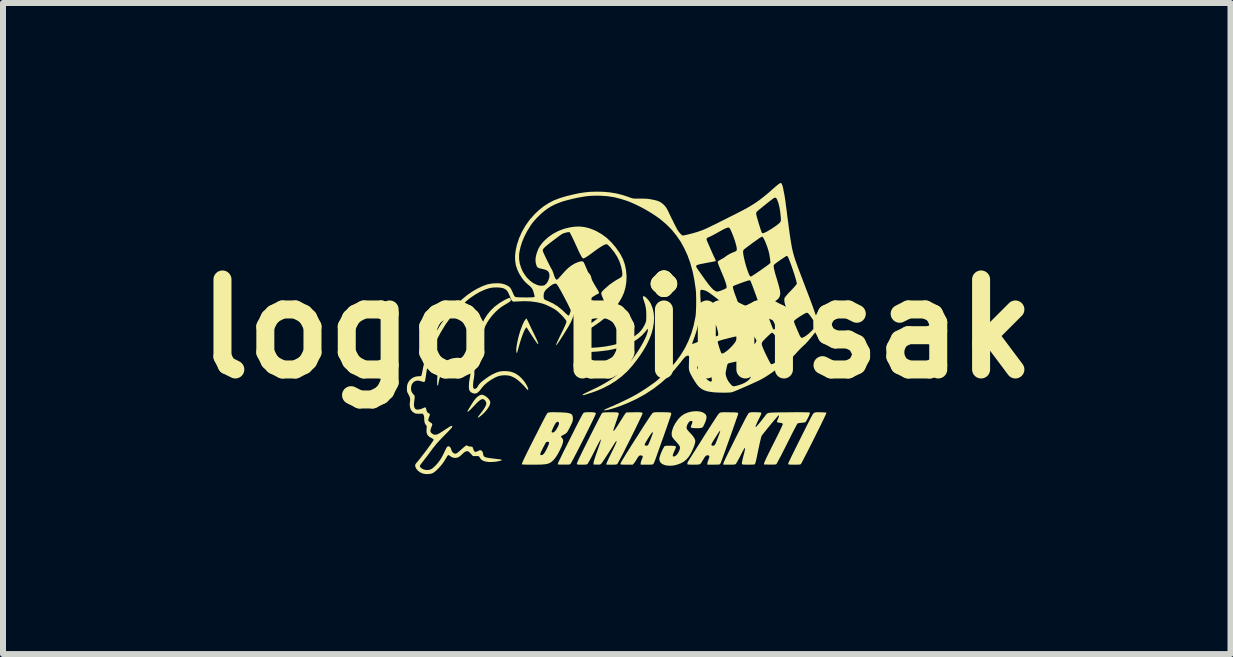
<source format=kicad_pcb>
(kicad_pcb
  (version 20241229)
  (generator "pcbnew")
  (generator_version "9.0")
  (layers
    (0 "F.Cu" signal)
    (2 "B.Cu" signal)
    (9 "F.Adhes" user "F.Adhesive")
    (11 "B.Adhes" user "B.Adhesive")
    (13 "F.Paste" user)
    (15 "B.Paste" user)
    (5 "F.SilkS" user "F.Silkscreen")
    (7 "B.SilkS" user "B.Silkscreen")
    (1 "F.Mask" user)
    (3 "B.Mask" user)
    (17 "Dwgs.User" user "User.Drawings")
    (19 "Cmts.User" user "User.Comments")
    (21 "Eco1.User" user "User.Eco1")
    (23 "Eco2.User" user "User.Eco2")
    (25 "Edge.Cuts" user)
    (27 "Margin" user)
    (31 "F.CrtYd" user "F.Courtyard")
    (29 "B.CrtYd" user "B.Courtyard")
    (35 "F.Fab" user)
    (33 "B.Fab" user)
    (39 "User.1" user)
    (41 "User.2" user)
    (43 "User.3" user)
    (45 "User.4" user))
  (footprint "logo bimsak"
    (layer "F.Cu")
    (at 7.229 2.429)
    (property "Reference" "logo bimsak" (at 0 0 0) (layer "F.SilkS") (effects (font (size 1.5 1.5) (thickness 0.3))))
    (attr board_only exclude_from_pos_files exclude_from_bom)
    (fp_poly (pts (xy -1.773 -0.504) (xy -1.767 -0.487) (xy -1.767 -0.47) (xy -1.768 -0.466) (xy -1.776 -0.457) (xy -1.793 -0.445) (xy -1.816 -0.429) (xy -1.838 -0.417) (xy -1.889 -0.386) (xy -1.932 -0.357) (xy -1.971 -0.327) (xy -2.009 -0.292) (xy -2.038 -0.263) (xy -2.083 -0.213) (xy -2.123 -0.16) (xy -2.159 -0.105) (xy -2.192 -0.043) (xy -2.222 0.026) (xy -2.252 0.104) (xy -2.268 0.151) (xy -2.281 0.191) (xy -2.293 0.23) (xy -2.304 0.265) (xy -2.313 0.294) (xy -2.319 0.314) (xy -2.32 0.317) (xy -2.327 0.342) (xy -2.334 0.355) (xy -2.34 0.357) (xy -2.345 0.349) (xy -2.345 0.339) (xy -2.344 0.319) (xy -2.34 0.29) (xy -2.335 0.255) (xy -2.328 0.215) (xy -2.32 0.172) (xy -2.313 0.137) (xy -2.286 0.031) (xy -2.252 -0.065) (xy -2.211 -0.153) (xy -2.161 -0.232) (xy -2.103 -0.303) (xy -2.036 -0.368) (xy -1.959 -0.426) (xy -1.872 -0.478) (xy -1.857 -0.486) (xy -1.83 -0.499) (xy -1.807 -0.509) (xy -1.791 -0.514) (xy -1.786 -0.514)) (stroke (width 0) (type solid)) (fill yes) (layer "F.SilkS"))
    (fp_poly (pts (xy -1.467 -0.097) (xy -1.453 -0.068) (xy -1.436 -0.031) (xy -1.416 0.011) (xy -1.395 0.054) (xy -1.374 0.097) (xy -1.37 0.106) (xy -1.348 0.152) (xy -1.331 0.188) (xy -1.32 0.216) (xy -1.312 0.235) (xy -1.309 0.247) (xy -1.31 0.253) (xy -1.315 0.254) (xy -1.316 0.254) (xy -1.323 0.247) (xy -1.336 0.231) (xy -1.354 0.205) (xy -1.378 0.17) (xy -1.407 0.126) (xy -1.441 0.073) (xy -1.457 0.049) (xy -1.505 -0.026) (xy -1.519 -0.008) (xy -1.53 0.009) (xy -1.544 0.037) (xy -1.559 0.073) (xy -1.575 0.115) (xy -1.592 0.163) (xy -1.608 0.213) (xy -1.623 0.264) (xy -1.636 0.31) (xy -1.646 0.348) (xy -1.654 0.375) (xy -1.659 0.393) (xy -1.663 0.402) (xy -1.666 0.404) (xy -1.669 0.401) (xy -1.674 0.381) (xy -1.675 0.357) (xy -1.674 0.326) (xy -1.669 0.289) (xy -1.661 0.242) (xy -1.65 0.186) (xy -1.645 0.167) (xy -1.633 0.117) (xy -1.618 0.065) (xy -1.602 0.015) (xy -1.584 -0.032) (xy -1.567 -0.075) (xy -1.55 -0.111) (xy -1.534 -0.139) (xy -1.52 -0.157) (xy -1.519 -0.157) (xy -1.503 -0.172)) (stroke (width 0) (type solid)) (fill yes) (layer "F.SilkS"))
    (fp_poly (pts (xy -2.225 1.104) (xy -2.198 1.117) (xy -2.17 1.136) (xy -2.145 1.159) (xy -2.125 1.183) (xy -2.116 1.199) (xy -2.109 1.222) (xy -2.11 1.245) (xy -2.118 1.271) (xy -2.131 1.297) (xy -2.152 1.33) (xy -2.179 1.366) (xy -2.211 1.401) (xy -2.244 1.432) (xy -2.265 1.45) (xy -2.288 1.467) (xy -2.303 1.477) (xy -2.312 1.481) (xy -2.316 1.479) (xy -2.317 1.476) (xy -2.313 1.469) (xy -2.303 1.455) (xy -2.288 1.435) (xy -2.27 1.412) (xy -2.264 1.405) (xy -2.229 1.358) (xy -2.203 1.318) (xy -2.185 1.284) (xy -2.176 1.262) (xy -2.175 1.238) (xy -2.182 1.214) (xy -2.196 1.193) (xy -2.214 1.178) (xy -2.235 1.172) (xy -2.237 1.172) (xy -2.255 1.176) (xy -2.279 1.19) (xy -2.308 1.213) (xy -2.342 1.246) (xy -2.382 1.289) (xy -2.418 1.326) (xy -2.446 1.355) (xy -2.468 1.373) (xy -2.483 1.383) (xy -2.491 1.382) (xy -2.489 1.377) (xy -2.481 1.362) (xy -2.47 1.341) (xy -2.455 1.316) (xy -2.438 1.288) (xy -2.42 1.259) (xy -2.402 1.231) (xy -2.386 1.207) (xy -2.383 1.202) (xy -2.354 1.165) (xy -2.324 1.135) (xy -2.293 1.113) (xy -2.265 1.101) (xy -2.248 1.099)) (stroke (width 0) (type solid)) (fill yes) (layer "F.SilkS"))
    (fp_poly (pts (xy -0.416 1.391) (xy -0.387 1.393) (xy -0.367 1.397) (xy -0.355 1.402) (xy -0.35 1.41) (xy -0.349 1.415) (xy -0.352 1.423) (xy -0.36 1.441) (xy -0.372 1.468) (xy -0.388 1.502) (xy -0.408 1.543) (xy -0.431 1.59) (xy -0.456 1.641) (xy -0.483 1.696) (xy -0.512 1.753) (xy -0.541 1.812) (xy -0.571 1.871) (xy -0.601 1.929) (xy -0.629 1.986) (xy -0.657 2.039) (xy -0.683 2.089) (xy -0.707 2.135) (xy -0.727 2.174) (xy -0.745 2.207) (xy -0.758 2.231) (xy -0.768 2.247) (xy -0.772 2.252) (xy -0.779 2.257) (xy -0.787 2.261) (xy -0.799 2.263) (xy -0.815 2.264) (xy -0.84 2.264) (xy -0.874 2.264) (xy -0.88 2.264) (xy -0.912 2.264) (xy -0.941 2.263) (xy -0.963 2.263) (xy -0.976 2.262) (xy -0.979 2.261) (xy -0.983 2.256) (xy -0.981 2.244) (xy -0.978 2.235) (xy -0.974 2.226) (xy -0.965 2.207) (xy -0.951 2.179) (xy -0.933 2.143) (xy -0.912 2.099) (xy -0.888 2.049) (xy -0.86 1.994) (xy -0.83 1.935) (xy -0.799 1.872) (xy -0.768 1.81) (xy -0.729 1.733) (xy -0.696 1.666) (xy -0.666 1.608) (xy -0.641 1.559) (xy -0.62 1.518) (xy -0.603 1.485) (xy -0.588 1.458) (xy -0.577 1.437) (xy -0.568 1.422) (xy -0.56 1.411) (xy -0.555 1.404) (xy -0.55 1.4) (xy -0.549 1.4) (xy -0.537 1.395) (xy -0.517 1.392) (xy -0.488 1.391) (xy -0.456 1.391)) (stroke (width 0) (type solid)) (fill yes) (layer "F.SilkS"))
    (fp_poly (pts (xy 3.4 1.392) (xy 3.431 1.393) (xy 3.459 1.394) (xy 3.48 1.396) (xy 3.491 1.398) (xy 3.493 1.398) (xy 3.493 1.403) (xy 3.489 1.414) (xy 3.481 1.434) (xy 3.468 1.461) (xy 3.452 1.496) (xy 3.43 1.54) (xy 3.404 1.594) (xy 3.373 1.657) (xy 3.337 1.729) (xy 3.296 1.813) (xy 3.291 1.822) (xy 3.258 1.889) (xy 3.225 1.953) (xy 3.195 2.013) (xy 3.167 2.068) (xy 3.141 2.117) (xy 3.119 2.161) (xy 3.1 2.197) (xy 3.086 2.225) (xy 3.075 2.243) (xy 3.07 2.252) (xy 3.069 2.253) (xy 3.064 2.257) (xy 3.057 2.261) (xy 3.046 2.263) (xy 3.029 2.264) (xy 3.005 2.265) (xy 2.971 2.265) (xy 2.961 2.265) (xy 2.928 2.265) (xy 2.9 2.264) (xy 2.877 2.263) (xy 2.864 2.262) (xy 2.861 2.261) (xy 2.858 2.252) (xy 2.857 2.246) (xy 2.86 2.238) (xy 2.867 2.221) (xy 2.88 2.195) (xy 2.896 2.161) (xy 2.916 2.119) (xy 2.94 2.07) (xy 2.967 2.016) (xy 2.996 1.957) (xy 3.027 1.895) (xy 3.06 1.829) (xy 3.064 1.821) (xy 3.102 1.744) (xy 3.136 1.678) (xy 3.164 1.62) (xy 3.189 1.572) (xy 3.21 1.531) (xy 3.227 1.497) (xy 3.241 1.47) (xy 3.253 1.449) (xy 3.262 1.433) (xy 3.27 1.42) (xy 3.276 1.412) (xy 3.281 1.406) (xy 3.286 1.402) (xy 3.29 1.4) (xy 3.293 1.399) (xy 3.305 1.395) (xy 3.322 1.392) (xy 3.345 1.391) (xy 3.377 1.391)) (stroke (width 0) (type solid)) (fill yes) (layer "F.SilkS"))
    (fp_poly (pts (xy 0.789 1.391) (xy 0.826 1.392) (xy 0.856 1.393) (xy 0.879 1.395) (xy 0.892 1.396) (xy 0.893 1.397) (xy 0.904 1.402) (xy 0.907 1.41) (xy 0.906 1.425) (xy 0.906 1.426) (xy 0.904 1.434) (xy 0.899 1.449) (xy 0.891 1.473) (xy 0.88 1.505) (xy 0.866 1.545) (xy 0.849 1.595) (xy 0.829 1.653) (xy 0.805 1.721) (xy 0.778 1.799) (xy 0.746 1.887) (xy 0.711 1.986) (xy 0.672 2.096) (xy 0.648 2.164) (xy 0.637 2.194) (xy 0.626 2.22) (xy 0.617 2.241) (xy 0.61 2.253) (xy 0.609 2.254) (xy 0.604 2.258) (xy 0.596 2.261) (xy 0.584 2.263) (xy 0.566 2.264) (xy 0.54 2.265) (xy 0.503 2.265) (xy 0.498 2.265) (xy 0.398 2.265) (xy 0.398 2.244) (xy 0.4 2.229) (xy 0.406 2.206) (xy 0.415 2.182) (xy 0.416 2.18) (xy 0.425 2.158) (xy 0.431 2.139) (xy 0.433 2.128) (xy 0.433 2.127) (xy 0.426 2.118) (xy 0.413 2.112) (xy 0.413 2.112) (xy 0.395 2.11) (xy 0.38 2.113) (xy 0.365 2.125) (xy 0.349 2.146) (xy 0.333 2.172) (xy 0.318 2.198) (xy 0.303 2.221) (xy 0.289 2.239) (xy 0.284 2.245) (xy 0.265 2.265) (xy 0.165 2.265) (xy 0.128 2.265) (xy 0.097 2.264) (xy 0.075 2.262) (xy 0.063 2.26) (xy 0.061 2.259) (xy 0.06 2.256) (xy 0.06 2.251) (xy 0.063 2.243) (xy 0.068 2.233) (xy 0.075 2.218) (xy 0.086 2.2) (xy 0.1 2.176) (xy 0.118 2.147) (xy 0.14 2.111) (xy 0.166 2.068) (xy 0.198 2.018) (xy 0.235 1.959) (xy 0.25 1.934) (xy 0.466 1.934) (xy 0.467 1.94) (xy 0.475 1.947) (xy 0.49 1.949) (xy 0.506 1.947) (xy 0.519 1.94) (xy 0.52 1.939) (xy 0.526 1.929) (xy 0.535 1.91) (xy 0.546 1.884) (xy 0.558 1.855) (xy 0.57 1.824) (xy 0.581 1.795) (xy 0.591 1.769) (xy 0.597 1.75) (xy 0.599 1.74) (xy 0.599 1.727) (xy 0.595 1.721) (xy 0.591 1.725) (xy 0.581 1.738) (xy 0.567 1.757) (xy 0.551 1.781) (xy 0.534 1.808) (xy 0.516 1.836) (xy 0.5 1.863) (xy 0.485 1.887) (xy 0.474 1.907) (xy 0.468 1.919) (xy 0.467 1.92) (xy 0.466 1.934) (xy 0.25 1.934) (xy 0.277 1.892) (xy 0.326 1.815) (xy 0.33 1.81) (xy 0.381 1.729) (xy 0.426 1.658) (xy 0.465 1.597) (xy 0.499 1.546) (xy 0.527 1.503) (xy 0.55 1.468) (xy 0.569 1.441) (xy 0.583 1.422) (xy 0.593 1.409) (xy 0.598 1.404) (xy 0.605 1.4) (xy 0.613 1.396) (xy 0.623 1.394) (xy 0.636 1.392) (xy 0.656 1.391) (xy 0.683 1.391) (xy 0.719 1.391) (xy 0.747 1.391)) (stroke (width 0) (type solid)) (fill yes) (layer "F.SilkS"))
    (fp_poly (pts (xy 1.377 1.378) (xy 1.418 1.388) (xy 1.452 1.404) (xy 1.478 1.425) (xy 1.484 1.433) (xy 1.493 1.453) (xy 1.496 1.477) (xy 1.491 1.506) (xy 1.48 1.542) (xy 1.468 1.572) (xy 1.453 1.604) (xy 1.442 1.626) (xy 1.43 1.641) (xy 1.416 1.65) (xy 1.398 1.654) (xy 1.373 1.656) (xy 1.356 1.657) (xy 1.311 1.657) (xy 1.275 1.655) (xy 1.249 1.651) (xy 1.237 1.646) (xy 1.233 1.641) (xy 1.234 1.631) (xy 1.24 1.614) (xy 1.244 1.604) (xy 1.253 1.582) (xy 1.258 1.563) (xy 1.26 1.552) (xy 1.258 1.541) (xy 1.251 1.537) (xy 1.239 1.536) (xy 1.222 1.539) (xy 1.208 1.55) (xy 1.202 1.556) (xy 1.182 1.585) (xy 1.169 1.615) (xy 1.163 1.644) (xy 1.163 1.646) (xy 1.164 1.658) (xy 1.168 1.67) (xy 1.176 1.683) (xy 1.189 1.7) (xy 1.208 1.721) (xy 1.234 1.748) (xy 1.266 1.784) (xy 1.29 1.819) (xy 1.304 1.85) (xy 1.309 1.874) (xy 1.305 1.899) (xy 1.297 1.932) (xy 1.283 1.971) (xy 1.266 2.012) (xy 1.247 2.053) (xy 1.226 2.092) (xy 1.205 2.125) (xy 1.166 2.173) (xy 1.12 2.212) (xy 1.065 2.243) (xy 1.001 2.266) (xy 0.984 2.271) (xy 0.935 2.28) (xy 0.883 2.283) (xy 0.835 2.279) (xy 0.795 2.271) (xy 0.758 2.254) (xy 0.731 2.232) (xy 0.715 2.205) (xy 0.709 2.173) (xy 0.71 2.156) (xy 0.715 2.135) (xy 0.724 2.108) (xy 0.735 2.078) (xy 0.748 2.047) (xy 0.762 2.016) (xy 0.776 1.99) (xy 0.788 1.969) (xy 0.798 1.956) (xy 0.802 1.953) (xy 0.813 1.951) (xy 0.834 1.95) (xy 0.86 1.949) (xy 0.889 1.949) (xy 0.918 1.95) (xy 0.944 1.951) (xy 0.964 1.953) (xy 0.975 1.955) (xy 0.975 1.955) (xy 0.982 1.961) (xy 0.985 1.968) (xy 0.984 1.979) (xy 0.978 1.997) (xy 0.967 2.022) (xy 0.959 2.039) (xy 0.944 2.075) (xy 0.935 2.101) (xy 0.933 2.119) (xy 0.938 2.128) (xy 0.951 2.129) (xy 0.97 2.123) (xy 0.992 2.108) (xy 1.013 2.084) (xy 1.032 2.052) (xy 1.041 2.03) (xy 1.049 2.008) (xy 1.053 1.989) (xy 1.052 1.971) (xy 1.046 1.954) (xy 1.033 1.934) (xy 1.014 1.91) (xy 0.987 1.88) (xy 0.979 1.872) (xy 0.955 1.845) (xy 0.936 1.821) (xy 0.924 1.802) (xy 0.92 1.794) (xy 0.914 1.759) (xy 0.917 1.72) (xy 0.929 1.676) (xy 0.946 1.63) (xy 0.97 1.585) (xy 0.999 1.54) (xy 1.031 1.499) (xy 1.066 1.463) (xy 1.104 1.434) (xy 1.132 1.417) (xy 1.181 1.397) (xy 1.232 1.383) (xy 1.282 1.376) (xy 1.332 1.374)) (stroke (width 0) (type solid)) (fill yes) (layer "F.SilkS"))
    (fp_poly (pts (xy 1.855 1.392) (xy 1.875 1.392) (xy 1.922 1.393) (xy 1.959 1.393) (xy 1.986 1.395) (xy 2.004 1.397) (xy 2.016 1.401) (xy 2.022 1.406) (xy 2.024 1.412) (xy 2.022 1.421) (xy 2.021 1.424) (xy 2.017 1.438) (xy 2.009 1.462) (xy 1.997 1.495) (xy 1.983 1.535) (xy 1.967 1.582) (xy 1.949 1.633) (xy 1.93 1.689) (xy 1.909 1.747) (xy 1.888 1.807) (xy 1.866 1.867) (xy 1.845 1.927) (xy 1.824 1.985) (xy 1.805 2.039) (xy 1.786 2.09) (xy 1.77 2.135) (xy 1.756 2.174) (xy 1.744 2.205) (xy 1.736 2.227) (xy 1.731 2.24) (xy 1.73 2.241) (xy 1.721 2.254) (xy 1.712 2.261) (xy 1.703 2.262) (xy 1.684 2.264) (xy 1.657 2.264) (xy 1.626 2.265) (xy 1.606 2.265) (xy 1.509 2.265) (xy 1.509 2.247) (xy 1.511 2.233) (xy 1.517 2.212) (xy 1.525 2.188) (xy 1.528 2.181) (xy 1.538 2.152) (xy 1.543 2.133) (xy 1.541 2.121) (xy 1.534 2.113) (xy 1.524 2.11) (xy 1.508 2.108) (xy 1.493 2.112) (xy 1.479 2.124) (xy 1.462 2.144) (xy 1.444 2.174) (xy 1.44 2.181) (xy 1.422 2.21) (xy 1.409 2.232) (xy 1.397 2.247) (xy 1.384 2.257) (xy 1.367 2.262) (xy 1.345 2.264) (xy 1.315 2.265) (xy 1.281 2.265) (xy 1.248 2.265) (xy 1.219 2.264) (xy 1.196 2.263) (xy 1.182 2.262) (xy 1.179 2.261) (xy 1.175 2.248) (xy 1.18 2.228) (xy 1.194 2.201) (xy 1.198 2.196) (xy 1.205 2.185) (xy 1.218 2.164) (xy 1.236 2.136) (xy 1.259 2.099) (xy 1.286 2.056) (xy 1.317 2.008) (xy 1.351 1.954) (xy 1.365 1.932) (xy 1.577 1.932) (xy 1.577 1.938) (xy 1.578 1.94) (xy 1.586 1.947) (xy 1.601 1.949) (xy 1.617 1.947) (xy 1.631 1.94) (xy 1.632 1.938) (xy 1.638 1.929) (xy 1.646 1.912) (xy 1.657 1.887) (xy 1.669 1.858) (xy 1.681 1.827) (xy 1.693 1.795) (xy 1.704 1.765) (xy 1.714 1.739) (xy 1.72 1.719) (xy 1.723 1.707) (xy 1.723 1.704) (xy 1.721 1.702) (xy 1.717 1.704) (xy 1.711 1.71) (xy 1.702 1.722) (xy 1.69 1.74) (xy 1.672 1.767) (xy 1.65 1.803) (xy 1.646 1.808) (xy 1.622 1.846) (xy 1.604 1.875) (xy 1.591 1.897) (xy 1.583 1.913) (xy 1.578 1.924) (xy 1.577 1.932) (xy 1.365 1.932) (xy 1.387 1.897) (xy 1.425 1.837) (xy 1.457 1.786) (xy 1.503 1.714) (xy 1.544 1.651) (xy 1.578 1.597) (xy 1.608 1.551) (xy 1.633 1.513) (xy 1.653 1.481) (xy 1.67 1.456) (xy 1.684 1.437) (xy 1.695 1.422) (xy 1.703 1.412) (xy 1.71 1.405) (xy 1.715 1.402) (xy 1.715 1.402) (xy 1.723 1.398) (xy 1.732 1.395) (xy 1.744 1.393) (xy 1.761 1.392) (xy 1.784 1.391) (xy 1.815 1.391)) (stroke (width 0) (type solid)) (fill yes) (layer "F.SilkS"))
    (fp_poly (pts (xy -2.608 0.487) (xy -2.559 0.496) (xy -2.512 0.51) (xy -2.471 0.529) (xy -2.438 0.551) (xy -2.424 0.565) (xy -2.399 0.6) (xy -2.383 0.644) (xy -2.374 0.696) (xy -2.373 0.754) (xy -2.38 0.819) (xy -2.383 0.835) (xy -2.39 0.878) (xy -2.394 0.918) (xy -2.395 0.951) (xy -2.393 0.977) (xy -2.389 0.99) (xy -2.378 1.001) (xy -2.363 1.002) (xy -2.346 0.995) (xy -2.33 0.981) (xy -2.318 0.963) (xy -2.305 0.94) (xy -2.288 0.918) (xy -2.266 0.895) (xy -2.236 0.87) (xy -2.211 0.851) (xy -2.139 0.799) (xy -2.071 0.759) (xy -2.007 0.73) (xy -2.002 0.728) (xy -1.974 0.719) (xy -1.949 0.712) (xy -1.923 0.709) (xy -1.891 0.706) (xy -1.882 0.706) (xy -1.82 0.707) (xy -1.763 0.717) (xy -1.71 0.735) (xy -1.68 0.751) (xy -1.632 0.783) (xy -1.587 0.825) (xy -1.545 0.874) (xy -1.509 0.927) (xy -1.487 0.971) (xy -1.478 0.992) (xy -1.475 1.006) (xy -1.476 1.014) (xy -1.478 1.016) (xy -1.484 1.018) (xy -1.492 1.013) (xy -1.505 0.999) (xy -1.508 0.996) (xy -1.533 0.967) (xy -1.563 0.935) (xy -1.595 0.904) (xy -1.627 0.874) (xy -1.657 0.849) (xy -1.682 0.831) (xy -1.688 0.827) (xy -1.729 0.805) (xy -1.766 0.789) (xy -1.801 0.78) (xy -1.84 0.776) (xy -1.864 0.775) (xy -1.908 0.777) (xy -1.948 0.783) (xy -1.988 0.795) (xy -2.029 0.813) (xy -2.075 0.839) (xy -2.107 0.859) (xy -2.163 0.899) (xy -2.208 0.938) (xy -2.242 0.976) (xy -2.251 0.987) (xy -2.28 1.026) (xy -2.307 1.054) (xy -2.331 1.072) (xy -2.356 1.08) (xy -2.381 1.079) (xy -2.408 1.07) (xy -2.414 1.067) (xy -2.435 1.054) (xy -2.45 1.038) (xy -2.459 1.018) (xy -2.464 0.99) (xy -2.465 0.953) (xy -2.465 0.95) (xy -2.461 0.893) (xy -2.453 0.834) (xy -2.451 0.828) (xy -2.443 0.784) (xy -2.439 0.748) (xy -2.439 0.717) (xy -2.444 0.687) (xy -2.447 0.672) (xy -2.459 0.637) (xy -2.475 0.612) (xy -2.497 0.593) (xy -2.506 0.588) (xy -2.563 0.565) (xy -2.619 0.553) (xy -2.675 0.551) (xy -2.728 0.559) (xy -2.778 0.578) (xy -2.822 0.607) (xy -2.826 0.611) (xy -2.847 0.632) (xy -2.87 0.662) (xy -2.893 0.697) (xy -2.915 0.733) (xy -2.933 0.769) (xy -2.942 0.79) (xy -2.951 0.819) (xy -2.961 0.853) (xy -2.968 0.885) (xy -2.969 0.889) (xy -2.974 0.918) (xy -2.978 0.936) (xy -2.982 0.945) (xy -2.985 0.947) (xy -2.989 0.945) (xy -2.992 0.936) (xy -2.993 0.917) (xy -2.994 0.892) (xy -2.993 0.863) (xy -2.992 0.831) (xy -2.99 0.8) (xy -2.987 0.773) (xy -2.984 0.752) (xy -2.982 0.747) (xy -2.96 0.683) (xy -2.93 0.627) (xy -2.891 0.579) (xy -2.845 0.54) (xy -2.793 0.511) (xy -2.735 0.492) (xy -2.672 0.484) (xy -2.657 0.483)) (stroke (width 0) (type solid)) (fill yes) (layer "F.SilkS"))
    (fp_poly (pts (xy -0.992 1.392) (xy -0.978 1.392) (xy -0.916 1.394) (xy -0.865 1.397) (xy -0.825 1.401) (xy -0.793 1.408) (xy -0.769 1.416) (xy -0.752 1.427) (xy -0.741 1.442) (xy -0.735 1.46) (xy -0.732 1.482) (xy -0.732 1.495) (xy -0.732 1.512) (xy -0.733 1.527) (xy -0.737 1.541) (xy -0.743 1.558) (xy -0.752 1.58) (xy -0.766 1.609) (xy -0.773 1.624) (xy -0.789 1.655) (xy -0.804 1.684) (xy -0.817 1.708) (xy -0.828 1.724) (xy -0.831 1.729) (xy -0.845 1.741) (xy -0.865 1.755) (xy -0.887 1.768) (xy -0.907 1.778) (xy -0.922 1.787) (xy -0.93 1.793) (xy -0.93 1.793) (xy -0.928 1.8) (xy -0.92 1.812) (xy -0.917 1.815) (xy -0.904 1.832) (xy -0.896 1.85) (xy -0.894 1.871) (xy -0.898 1.896) (xy -0.907 1.928) (xy -0.923 1.968) (xy -0.929 1.981) (xy -0.961 2.047) (xy -0.994 2.106) (xy -1.027 2.155) (xy -1.061 2.194) (xy -1.094 2.222) (xy -1.107 2.231) (xy -1.125 2.24) (xy -1.144 2.247) (xy -1.165 2.253) (xy -1.189 2.257) (xy -1.217 2.26) (xy -1.253 2.263) (xy -1.296 2.264) (xy -1.349 2.265) (xy -1.401 2.265) (xy -1.453 2.265) (xy -1.494 2.265) (xy -1.526 2.264) (xy -1.549 2.263) (xy -1.564 2.262) (xy -1.574 2.261) (xy -1.58 2.259) (xy -1.582 2.256) (xy -1.582 2.255) (xy -1.581 2.249) (xy -1.578 2.24) (xy -1.572 2.226) (xy -1.564 2.207) (xy -1.553 2.183) (xy -1.539 2.153) (xy -1.521 2.116) (xy -1.509 2.091) (xy -1.276 2.091) (xy -1.275 2.098) (xy -1.272 2.101) (xy -1.256 2.107) (xy -1.239 2.102) (xy -1.222 2.089) (xy -1.21 2.076) (xy -1.196 2.054) (xy -1.181 2.028) (xy -1.166 1.999) (xy -1.152 1.969) (xy -1.14 1.941) (xy -1.132 1.918) (xy -1.128 1.902) (xy -1.129 1.898) (xy -1.133 1.887) (xy -1.141 1.883) (xy -1.155 1.884) (xy -1.164 1.885) (xy -1.172 1.887) (xy -1.178 1.893) (xy -1.186 1.903) (xy -1.196 1.921) (xy -1.209 1.946) (xy -1.219 1.964) (xy -1.24 2.006) (xy -1.256 2.038) (xy -1.267 2.062) (xy -1.273 2.079) (xy -1.276 2.091) (xy -1.509 2.091) (xy -1.499 2.071) (xy -1.473 2.019) (xy -1.443 1.958) (xy -1.407 1.887) (xy -1.367 1.807) (xy -1.35 1.775) (xy -1.319 1.714) (xy -1.086 1.714) (xy -1.086 1.722) (xy -1.083 1.725) (xy -1.067 1.73) (xy -1.051 1.725) (xy -1.031 1.709) (xy -1.029 1.706) (xy -1.014 1.688) (xy -0.999 1.664) (xy -0.984 1.638) (xy -0.972 1.612) (xy -0.965 1.59) (xy -0.962 1.577) (xy -0.967 1.56) (xy -0.98 1.551) (xy -0.995 1.551) (xy -1.007 1.559) (xy -1.023 1.579) (xy -1.041 1.611) (xy -1.062 1.653) (xy -1.072 1.676) (xy -1.081 1.699) (xy -1.086 1.714) (xy -1.319 1.714) (xy -1.314 1.703) (xy -1.282 1.64) (xy -1.255 1.587) (xy -1.232 1.543) (xy -1.213 1.506) (xy -1.197 1.476) (xy -1.185 1.452) (xy -1.174 1.434) (xy -1.166 1.421) (xy -1.159 1.411) (xy -1.154 1.405) (xy -1.149 1.401) (xy -1.145 1.398) (xy -1.141 1.396) (xy -1.14 1.396) (xy -1.128 1.394) (xy -1.108 1.392) (xy -1.079 1.391) (xy -1.041 1.391)) (stroke (width 0) (type solid)) (fill yes) (layer "F.SilkS"))
    (fp_poly (pts (xy 0.358 1.391) (xy 0.386 1.392) (xy 0.406 1.394) (xy 0.419 1.397) (xy 0.427 1.401) (xy 0.431 1.407) (xy 0.431 1.407) (xy 0.429 1.414) (xy 0.422 1.431) (xy 0.411 1.457) (xy 0.395 1.49) (xy 0.376 1.53) (xy 0.354 1.576) (xy 0.329 1.627) (xy 0.303 1.681) (xy 0.275 1.737) (xy 0.246 1.796) (xy 0.217 1.855) (xy 0.187 1.913) (xy 0.158 1.97) (xy 0.131 2.025) (xy 0.105 2.076) (xy 0.081 2.122) (xy 0.059 2.163) (xy 0.041 2.198) (xy 0.026 2.224) (xy 0.016 2.243) (xy 0.01 2.251) (xy 0.01 2.251) (xy 0.003 2.257) (xy -0.004 2.261) (xy -0.015 2.263) (xy -0.031 2.264) (xy -0.055 2.265) (xy -0.089 2.265) (xy -0.173 2.265) (xy -0.173 2.25) (xy -0.17 2.241) (xy -0.163 2.223) (xy -0.151 2.197) (xy -0.136 2.164) (xy -0.118 2.126) (xy -0.098 2.085) (xy -0.088 2.065) (xy -0.062 2.012) (xy -0.041 1.969) (xy -0.025 1.935) (xy -0.014 1.91) (xy -0.007 1.891) (xy -0.004 1.879) (xy -0.004 1.872) (xy -0.007 1.87) (xy -0.008 1.87) (xy -0.013 1.875) (xy -0.022 1.888) (xy -0.034 1.905) (xy -0.034 1.905) (xy -0.077 1.974) (xy -0.117 2.036) (xy -0.153 2.092) (xy -0.184 2.14) (xy -0.21 2.18) (xy -0.232 2.212) (xy -0.248 2.234) (xy -0.258 2.247) (xy -0.259 2.248) (xy -0.268 2.256) (xy -0.277 2.261) (xy -0.288 2.264) (xy -0.306 2.264) (xy -0.332 2.264) (xy -0.333 2.264) (xy -0.389 2.262) (xy -0.387 2.235) (xy -0.385 2.22) (xy -0.378 2.196) (xy -0.368 2.162) (xy -0.354 2.12) (xy -0.337 2.071) (xy -0.322 2.028) (xy -0.302 1.971) (xy -0.286 1.925) (xy -0.274 1.889) (xy -0.267 1.863) (xy -0.264 1.848) (xy -0.265 1.844) (xy -0.271 1.85) (xy -0.282 1.867) (xy -0.297 1.895) (xy -0.318 1.934) (xy -0.343 1.983) (xy -0.374 2.044) (xy -0.38 2.055) (xy -0.402 2.099) (xy -0.424 2.141) (xy -0.443 2.177) (xy -0.46 2.208) (xy -0.474 2.232) (xy -0.483 2.247) (xy -0.487 2.251) (xy -0.494 2.257) (xy -0.502 2.261) (xy -0.513 2.263) (xy -0.53 2.264) (xy -0.556 2.265) (xy -0.58 2.265) (xy -0.612 2.265) (xy -0.635 2.264) (xy -0.649 2.263) (xy -0.658 2.26) (xy -0.663 2.256) (xy -0.665 2.253) (xy -0.665 2.249) (xy -0.664 2.243) (xy -0.66 2.232) (xy -0.654 2.217) (xy -0.645 2.197) (xy -0.634 2.171) (xy -0.618 2.138) (xy -0.599 2.099) (xy -0.576 2.051) (xy -0.548 1.995) (xy -0.515 1.93) (xy -0.478 1.855) (xy -0.465 1.83) (xy -0.432 1.763) (xy -0.4 1.7) (xy -0.37 1.641) (xy -0.342 1.586) (xy -0.317 1.537) (xy -0.295 1.494) (xy -0.276 1.459) (xy -0.262 1.432) (xy -0.251 1.414) (xy -0.246 1.406) (xy -0.246 1.406) (xy -0.24 1.401) (xy -0.233 1.398) (xy -0.222 1.396) (xy -0.206 1.394) (xy -0.184 1.393) (xy -0.152 1.392) (xy -0.116 1.392) (xy -0.069 1.391) (xy -0.032 1.392) (xy -0.005 1.393) (xy 0.014 1.396) (xy 0.025 1.401) (xy 0.032 1.407) (xy 0.033 1.415) (xy 0.033 1.415) (xy 0.031 1.424) (xy 0.026 1.443) (xy 0.017 1.469) (xy 0.007 1.502) (xy -0.006 1.538) (xy -0.012 1.556) (xy -0.025 1.594) (xy -0.037 1.628) (xy -0.047 1.658) (xy -0.054 1.68) (xy -0.057 1.694) (xy -0.058 1.697) (xy -0.056 1.703) (xy -0.05 1.701) (xy -0.039 1.69) (xy -0.023 1.669) (xy -0.003 1.64) (xy 0.023 1.6) (xy 0.05 1.556) (xy 0.073 1.52) (xy 0.094 1.487) (xy 0.113 1.457) (xy 0.128 1.434) (xy 0.139 1.418) (xy 0.143 1.413) (xy 0.16 1.394) (xy 0.274 1.392) (xy 0.322 1.391)) (stroke (width 0) (type solid)) (fill yes) (layer "F.SilkS"))
    (fp_poly (pts (xy 2.32 1.391) (xy 2.35 1.392) (xy 2.374 1.393) (xy 2.386 1.394) (xy 2.397 1.396) (xy 2.404 1.398) (xy 2.409 1.402) (xy 2.409 1.409) (xy 2.406 1.421) (xy 2.399 1.439) (xy 2.387 1.464) (xy 2.37 1.499) (xy 2.362 1.515) (xy 2.34 1.56) (xy 2.325 1.595) (xy 2.315 1.619) (xy 2.312 1.633) (xy 2.314 1.637) (xy 2.324 1.632) (xy 2.339 1.616) (xy 2.361 1.591) (xy 2.388 1.559) (xy 2.411 1.53) (xy 2.434 1.501) (xy 2.455 1.475) (xy 2.47 1.455) (xy 2.474 1.449) (xy 2.483 1.438) (xy 2.49 1.428) (xy 2.498 1.42) (xy 2.506 1.413) (xy 2.517 1.407) (xy 2.531 1.403) (xy 2.548 1.4) (xy 2.571 1.398) (xy 2.601 1.396) (xy 2.637 1.395) (xy 2.682 1.394) (xy 2.736 1.393) (xy 2.801 1.393) (xy 2.847 1.392) (xy 2.909 1.392) (xy 2.967 1.391) (xy 3.022 1.391) (xy 3.071 1.391) (xy 3.113 1.392) (xy 3.147 1.392) (xy 3.172 1.393) (xy 3.187 1.393) (xy 3.188 1.393) (xy 3.22 1.397) (xy 3.215 1.417) (xy 3.21 1.432) (xy 3.201 1.454) (xy 3.189 1.479) (xy 3.176 1.505) (xy 3.163 1.528) (xy 3.152 1.546) (xy 3.145 1.555) (xy 3.132 1.56) (xy 3.109 1.564) (xy 3.078 1.567) (xy 3.047 1.57) (xy 3.024 1.574) (xy 3.012 1.579) (xy 3.007 1.586) (xy 2.998 1.602) (xy 2.984 1.628) (xy 2.966 1.662) (xy 2.945 1.702) (xy 2.921 1.749) (xy 2.895 1.801) (xy 2.867 1.857) (xy 2.837 1.916) (xy 2.835 1.92) (xy 2.799 1.992) (xy 2.766 2.057) (xy 2.737 2.114) (xy 2.712 2.161) (xy 2.691 2.2) (xy 2.675 2.23) (xy 2.664 2.249) (xy 2.657 2.258) (xy 2.657 2.259) (xy 2.645 2.261) (xy 2.623 2.263) (xy 2.591 2.264) (xy 2.551 2.264) (xy 2.549 2.264) (xy 2.453 2.262) (xy 2.455 2.241) (xy 2.458 2.231) (xy 2.467 2.211) (xy 2.48 2.181) (xy 2.498 2.142) (xy 2.521 2.095) (xy 2.548 2.041) (xy 2.578 1.979) (xy 2.611 1.914) (xy 2.64 1.857) (xy 2.667 1.803) (xy 2.692 1.753) (xy 2.714 1.708) (xy 2.732 1.669) (xy 2.747 1.637) (xy 2.758 1.613) (xy 2.765 1.598) (xy 2.766 1.593) (xy 2.761 1.579) (xy 2.745 1.57) (xy 2.718 1.567) (xy 2.717 1.567) (xy 2.695 1.564) (xy 2.678 1.559) (xy 2.669 1.55) (xy 2.669 1.548) (xy 2.671 1.539) (xy 2.677 1.523) (xy 2.686 1.503) (xy 2.687 1.5) (xy 2.699 1.471) (xy 2.704 1.453) (xy 2.704 1.444) (xy 2.698 1.444) (xy 2.694 1.446) (xy 2.686 1.454) (xy 2.672 1.469) (xy 2.652 1.492) (xy 2.629 1.519) (xy 2.602 1.551) (xy 2.573 1.585) (xy 2.544 1.621) (xy 2.515 1.656) (xy 2.488 1.69) (xy 2.463 1.721) (xy 2.442 1.747) (xy 2.426 1.768) (xy 2.416 1.782) (xy 2.413 1.786) (xy 2.409 1.797) (xy 2.403 1.819) (xy 2.396 1.85) (xy 2.387 1.887) (xy 2.377 1.931) (xy 2.367 1.978) (xy 2.358 2.02) (xy 2.346 2.079) (xy 2.336 2.127) (xy 2.328 2.166) (xy 2.321 2.196) (xy 2.315 2.219) (xy 2.311 2.235) (xy 2.306 2.246) (xy 2.302 2.254) (xy 2.298 2.259) (xy 2.296 2.26) (xy 2.288 2.262) (xy 2.27 2.263) (xy 2.244 2.264) (xy 2.213 2.265) (xy 2.191 2.265) (xy 2.154 2.265) (xy 2.127 2.264) (xy 2.109 2.263) (xy 2.098 2.262) (xy 2.091 2.259) (xy 2.087 2.255) (xy 2.086 2.253) (xy 2.084 2.246) (xy 2.085 2.233) (xy 2.089 2.212) (xy 2.095 2.184) (xy 2.104 2.145) (xy 2.106 2.136) (xy 2.12 2.083) (xy 2.13 2.041) (xy 2.136 2.011) (xy 2.138 1.992) (xy 2.136 1.985) (xy 2.13 1.989) (xy 2.12 2.004) (xy 2.105 2.03) (xy 2.086 2.067) (xy 2.062 2.113) (xy 2.043 2.15) (xy 2.024 2.184) (xy 2.008 2.214) (xy 1.995 2.236) (xy 1.985 2.251) (xy 1.981 2.256) (xy 1.973 2.259) (xy 1.961 2.262) (xy 1.943 2.264) (xy 1.917 2.265) (xy 1.88 2.265) (xy 1.872 2.265) (xy 1.776 2.265) (xy 1.776 2.246) (xy 1.779 2.236) (xy 1.787 2.216) (xy 1.801 2.186) (xy 1.82 2.144) (xy 1.845 2.093) (xy 1.876 2.03) (xy 1.912 1.957) (xy 1.954 1.873) (xy 1.979 1.823) (xy 2.019 1.744) (xy 2.053 1.676) (xy 2.083 1.617) (xy 2.109 1.567) (xy 2.13 1.525) (xy 2.148 1.491) (xy 2.163 1.463) (xy 2.175 1.442) (xy 2.185 1.426) (xy 2.192 1.415) (xy 2.198 1.408) (xy 2.202 1.404) (xy 2.212 1.398) (xy 2.222 1.394) (xy 2.237 1.392) (xy 2.258 1.391) (xy 2.288 1.391) (xy 2.289 1.391)) (stroke (width 0) (type solid)) (fill yes) (layer "F.SilkS"))
    (fp_poly (pts (xy 2.74 -2.426) (xy 2.748 -2.418) (xy 2.755 -2.401) (xy 2.763 -2.377) (xy 2.772 -2.342) (xy 2.777 -2.317) (xy 2.784 -2.281) (xy 2.791 -2.247) (xy 2.797 -2.212) (xy 2.803 -2.173) (xy 2.81 -2.13) (xy 2.816 -2.079) (xy 2.824 -2.018) (xy 2.827 -1.998) (xy 2.831 -1.966) (xy 2.836 -1.925) (xy 2.842 -1.876) (xy 2.849 -1.824) (xy 2.857 -1.769) (xy 2.864 -1.714) (xy 2.866 -1.697) (xy 2.877 -1.616) (xy 2.887 -1.545) (xy 2.897 -1.482) (xy 2.906 -1.426) (xy 2.915 -1.375) (xy 2.924 -1.328) (xy 2.935 -1.282) (xy 2.947 -1.238) (xy 2.96 -1.192) (xy 2.976 -1.143) (xy 2.994 -1.091) (xy 3.015 -1.033) (xy 3.04 -0.967) (xy 3.068 -0.893) (xy 3.088 -0.841) (xy 3.108 -0.788) (xy 3.13 -0.731) (xy 3.151 -0.674) (xy 3.172 -0.62) (xy 3.191 -0.571) (xy 3.207 -0.529) (xy 3.211 -0.519) (xy 3.227 -0.476) (xy 3.246 -0.425) (xy 3.266 -0.369) (xy 3.286 -0.313) (xy 3.305 -0.259) (xy 3.314 -0.234) (xy 3.33 -0.186) (xy 3.343 -0.148) (xy 3.352 -0.118) (xy 3.359 -0.095) (xy 3.363 -0.078) (xy 3.365 -0.064) (xy 3.366 -0.052) (xy 3.366 -0.044) (xy 3.365 -0.034) (xy 3.363 -0.025) (xy 3.361 -0.016) (xy 3.356 -0.007) (xy 3.349 0.005) (xy 3.338 0.021) (xy 3.322 0.041) (xy 3.301 0.068) (xy 3.274 0.101) (xy 3.245 0.138) (xy 3.212 0.177) (xy 3.181 0.212) (xy 3.154 0.242) (xy 3.131 0.265) (xy 3.121 0.273) (xy 3.104 0.289) (xy 3.081 0.311) (xy 3.054 0.338) (xy 3.025 0.368) (xy 2.998 0.398) (xy 2.958 0.442) (xy 2.924 0.477) (xy 2.894 0.507) (xy 2.865 0.532) (xy 2.838 0.554) (xy 2.808 0.574) (xy 2.788 0.587) (xy 2.764 0.602) (xy 2.734 0.623) (xy 2.701 0.647) (xy 2.666 0.672) (xy 2.647 0.686) (xy 2.582 0.734) (xy 2.522 0.774) (xy 2.464 0.811) (xy 2.403 0.845) (xy 2.401 0.846) (xy 2.379 0.857) (xy 2.349 0.872) (xy 2.312 0.889) (xy 2.27 0.908) (xy 2.224 0.929) (xy 2.177 0.95) (xy 2.129 0.971) (xy 2.082 0.991) (xy 2.039 1.01) (xy 2 1.026) (xy 1.967 1.04) (xy 1.942 1.049) (xy 1.927 1.055) (xy 1.911 1.059) (xy 1.895 1.061) (xy 1.874 1.063) (xy 1.848 1.064) (xy 1.815 1.065) (xy 1.772 1.065) (xy 1.764 1.065) (xy 1.684 1.063) (xy 1.615 1.059) (xy 1.555 1.051) (xy 1.503 1.041) (xy 1.459 1.026) (xy 1.421 1.008) (xy 1.388 0.984) (xy 1.358 0.956) (xy 1.331 0.922) (xy 1.321 0.908) (xy 1.294 0.866) (xy 1.268 0.824) (xy 1.246 0.784) (xy 1.227 0.748) (xy 1.214 0.718) (xy 1.208 0.701) (xy 1.205 0.685) (xy 1.202 0.668) (xy 1.201 0.648) (xy 1.339 0.648) (xy 1.339 0.653) (xy 1.342 0.659) (xy 1.346 0.668) (xy 1.354 0.679) (xy 1.367 0.694) (xy 1.384 0.715) (xy 1.408 0.742) (xy 1.44 0.777) (xy 1.441 0.779) (xy 1.477 0.818) (xy 1.507 0.847) (xy 1.532 0.867) (xy 1.552 0.878) (xy 1.568 0.88) (xy 1.58 0.874) (xy 1.582 0.871) (xy 1.584 0.861) (xy 1.583 0.842) (xy 1.579 0.817) (xy 1.573 0.788) (xy 1.566 0.759) (xy 1.561 0.745) (xy 1.814 0.745) (xy 1.815 0.759) (xy 1.818 0.774) (xy 1.821 0.788) (xy 1.836 0.831) (xy 1.858 0.873) (xy 1.891 0.916) (xy 1.899 0.925) (xy 1.913 0.941) (xy 1.926 0.952) (xy 1.939 0.957) (xy 1.955 0.958) (xy 1.976 0.955) (xy 2.005 0.947) (xy 2.019 0.944) (xy 2.085 0.922) (xy 2.141 0.896) (xy 2.184 0.866) (xy 2.199 0.853) (xy 2.215 0.836) (xy 2.226 0.82) (xy 2.231 0.81) (xy 2.232 0.809) (xy 2.228 0.796) (xy 2.217 0.774) (xy 2.199 0.744) (xy 2.174 0.709) (xy 2.147 0.67) (xy 2.129 0.644) (xy 2.112 0.618) (xy 2.099 0.595) (xy 2.093 0.582) (xy 2.087 0.564) (xy 2.08 0.551) (xy 2.07 0.543) (xy 2.057 0.539) (xy 2.038 0.54) (xy 2.011 0.543) (xy 1.974 0.55) (xy 1.964 0.552) (xy 1.932 0.559) (xy 1.902 0.566) (xy 1.879 0.571) (xy 1.864 0.576) (xy 1.861 0.577) (xy 1.853 0.582) (xy 1.847 0.59) (xy 1.842 0.601) (xy 1.837 0.619) (xy 1.831 0.646) (xy 1.825 0.676) (xy 1.819 0.706) (xy 1.815 0.728) (xy 1.814 0.745) (xy 1.561 0.745) (xy 1.557 0.732) (xy 1.55 0.714) (xy 1.539 0.695) (xy 1.522 0.672) (xy 1.503 0.647) (xy 1.481 0.621) (xy 1.459 0.597) (xy 1.438 0.576) (xy 1.419 0.56) (xy 1.405 0.55) (xy 1.397 0.548) (xy 1.39 0.555) (xy 1.379 0.569) (xy 1.367 0.588) (xy 1.355 0.609) (xy 1.346 0.628) (xy 1.34 0.643) (xy 1.339 0.648) (xy 1.201 0.648) (xy 1.201 0.647) (xy 1.201 0.619) (xy 1.202 0.584) (xy 1.203 0.557) (xy 1.204 0.518) (xy 1.205 0.489) (xy 1.205 0.47) (xy 1.203 0.457) (xy 1.199 0.451) (xy 1.194 0.448) (xy 1.185 0.448) (xy 1.178 0.449) (xy 1.165 0.452) (xy 1.152 0.46) (xy 1.136 0.472) (xy 1.118 0.492) (xy 1.096 0.518) (xy 1.068 0.554) (xy 1.063 0.562) (xy 0.963 0.683) (xy 0.856 0.797) (xy 0.739 0.901) (xy 0.614 0.998) (xy 0.48 1.086) (xy 0.338 1.165) (xy 0.187 1.236) (xy 0.059 1.287) (xy 0.009 1.304) (xy -0.039 1.32) (xy -0.084 1.334) (xy -0.124 1.345) (xy -0.159 1.353) (xy -0.186 1.358) (xy -0.205 1.359) (xy -0.215 1.357) (xy -0.216 1.355) (xy -0.21 1.352) (xy -0.195 1.344) (xy -0.172 1.333) (xy -0.142 1.319) (xy -0.108 1.304) (xy -0.083 1.294) (xy -0.016 1.264) (xy 0.054 1.232) (xy 0.124 1.199) (xy 0.192 1.166) (xy 0.254 1.134) (xy 0.309 1.104) (xy 0.334 1.09) (xy 0.374 1.066) (xy 0.421 1.037) (xy 0.471 1.005) (xy 0.521 0.971) (xy 0.57 0.937) (xy 0.615 0.905) (xy 0.653 0.877) (xy 0.665 0.867) (xy 0.781 0.767) (xy 0.886 0.664) (xy 0.979 0.556) (xy 1.061 0.444) (xy 1.133 0.327) (xy 1.17 0.252) (xy 1.254 0.252) (xy 1.259 0.252) (xy 1.274 0.248) (xy 1.296 0.241) (xy 1.324 0.23) (xy 1.355 0.218) (xy 1.357 0.217) (xy 1.682 0.217) (xy 1.683 0.225) (xy 1.687 0.242) (xy 1.694 0.266) (xy 1.702 0.294) (xy 1.711 0.323) (xy 1.721 0.351) (xy 1.73 0.376) (xy 1.737 0.395) (xy 1.741 0.402) (xy 1.75 0.411) (xy 1.764 0.412) (xy 1.785 0.403) (xy 1.812 0.386) (xy 1.824 0.377) (xy 1.867 0.342) (xy 1.889 0.32) (xy 2.053 0.32) (xy 2.055 0.331) (xy 2.056 0.334) (xy 2.064 0.362) (xy 2.072 0.379) (xy 2.083 0.387) (xy 2.097 0.387) (xy 2.117 0.38) (xy 2.12 0.379) (xy 2.147 0.365) (xy 2.179 0.346) (xy 2.212 0.323) (xy 2.245 0.297) (xy 2.275 0.272) (xy 2.299 0.249) (xy 2.301 0.247) (xy 2.416 0.247) (xy 2.417 0.262) (xy 2.42 0.276) (xy 2.427 0.296) (xy 2.438 0.323) (xy 2.451 0.355) (xy 2.467 0.391) (xy 2.485 0.428) (xy 2.503 0.465) (xy 2.52 0.5) (xy 2.537 0.532) (xy 2.551 0.559) (xy 2.563 0.578) (xy 2.571 0.589) (xy 2.573 0.591) (xy 2.583 0.591) (xy 2.598 0.586) (xy 2.619 0.576) (xy 2.647 0.558) (xy 2.653 0.555) (xy 2.697 0.524) (xy 2.731 0.497) (xy 2.754 0.473) (xy 2.768 0.451) (xy 2.772 0.432) (xy 2.77 0.422) (xy 2.763 0.404) (xy 2.753 0.378) (xy 2.741 0.346) (xy 2.726 0.31) (xy 2.711 0.272) (xy 2.695 0.234) (xy 2.679 0.197) (xy 2.664 0.164) (xy 2.657 0.149) (xy 2.638 0.113) (xy 2.619 0.088) (xy 2.611 0.081) (xy 2.602 0.073) (xy 2.595 0.068) (xy 2.588 0.067) (xy 2.58 0.069) (xy 2.569 0.076) (xy 2.554 0.089) (xy 2.534 0.108) (xy 2.506 0.134) (xy 2.494 0.146) (xy 2.464 0.176) (xy 2.442 0.199) (xy 2.428 0.217) (xy 2.419 0.233) (xy 2.416 0.247) (xy 2.301 0.247) (xy 2.316 0.229) (xy 2.317 0.227) (xy 2.326 0.206) (xy 2.326 0.192) (xy 2.321 0.18) (xy 2.31 0.162) (xy 2.295 0.139) (xy 2.278 0.115) (xy 2.26 0.09) (xy 2.243 0.068) (xy 2.229 0.052) (xy 2.22 0.043) (xy 2.219 0.042) (xy 2.207 0.039) (xy 2.196 0.045) (xy 2.194 0.046) (xy 2.187 0.056) (xy 2.174 0.075) (xy 2.158 0.102) (xy 2.14 0.135) (xy 2.119 0.173) (xy 2.098 0.213) (xy 2.077 0.253) (xy 2.064 0.279) (xy 2.057 0.297) (xy 2.053 0.309) (xy 2.053 0.32) (xy 1.889 0.32) (xy 1.907 0.303) (xy 1.943 0.263) (xy 1.972 0.225) (xy 1.991 0.193) (xy 2.004 0.165) (xy 2.011 0.147) (xy 2.012 0.135) (xy 2.007 0.129) (xy 1.997 0.128) (xy 1.994 0.128) (xy 1.984 0.129) (xy 1.963 0.133) (xy 1.936 0.139) (xy 1.903 0.147) (xy 1.866 0.156) (xy 1.829 0.166) (xy 1.793 0.175) (xy 1.759 0.184) (xy 1.732 0.192) (xy 1.711 0.198) (xy 1.702 0.201) (xy 1.689 0.209) (xy 1.682 0.217) (xy 1.357 0.217) (xy 1.36 0.216) (xy 1.442 0.184) (xy 1.52 0.158) (xy 1.591 0.14) (xy 1.628 0.132) (xy 1.654 0.126) (xy 1.672 0.12) (xy 1.683 0.115) (xy 1.689 0.109) (xy 1.691 0.103) (xy 1.691 0.098) (xy 1.69 0.081) (xy 1.686 0.057) (xy 1.68 0.028) (xy 1.673 0.000044) (xy 1.666 -0.025) (xy 1.66 -0.043) (xy 1.659 -0.047) (xy 1.652 -0.057) (xy 1.641 -0.076) (xy 1.625 -0.1) (xy 1.606 -0.129) (xy 1.585 -0.159) (xy 1.565 -0.19) (xy 1.548 -0.217) (xy 1.534 -0.24) (xy 1.525 -0.256) (xy 1.521 -0.264) (xy 1.521 -0.264) (xy 1.524 -0.273) (xy 1.532 -0.282) (xy 1.549 -0.292) (xy 1.575 -0.304) (xy 1.592 -0.311) (xy 1.656 -0.332) (xy 1.715 -0.341) (xy 1.77 -0.339) (xy 1.821 -0.326) (xy 1.824 -0.325) (xy 1.837 -0.317) (xy 1.858 -0.304) (xy 1.884 -0.286) (xy 1.913 -0.265) (xy 1.939 -0.245) (xy 1.968 -0.223) (xy 1.993 -0.204) (xy 2.013 -0.189) (xy 2.027 -0.18) (xy 2.033 -0.176) (xy 2.036 -0.181) (xy 2.031 -0.193) (xy 2.021 -0.212) (xy 2.017 -0.218) (xy 2.008 -0.228) (xy 1.989 -0.245) (xy 1.961 -0.27) (xy 1.923 -0.301) (xy 1.876 -0.339) (xy 1.821 -0.384) (xy 1.757 -0.435) (xy 1.684 -0.492) (xy 1.635 -0.53) (xy 1.592 -0.563) (xy 1.556 -0.589) (xy 1.526 -0.61) (xy 1.5 -0.624) (xy 1.478 -0.635) (xy 1.456 -0.642) (xy 1.433 -0.647) (xy 1.427 -0.648) (xy 1.414 -0.649) (xy 1.404 -0.648) (xy 1.397 -0.643) (xy 1.393 -0.632) (xy 1.391 -0.615) (xy 1.391 -0.59) (xy 1.392 -0.555) (xy 1.394 -0.519) (xy 1.396 -0.483) (xy 1.399 -0.452) (xy 1.402 -0.426) (xy 1.404 -0.408) (xy 1.406 -0.4) (xy 1.412 -0.391) (xy 1.423 -0.375) (xy 1.438 -0.354) (xy 1.451 -0.337) (xy 1.467 -0.315) (xy 1.479 -0.297) (xy 1.487 -0.284) (xy 1.488 -0.28) (xy 1.481 -0.276) (xy 1.465 -0.27) (xy 1.444 -0.265) (xy 1.442 -0.264) (xy 1.418 -0.257) (xy 1.401 -0.249) (xy 1.39 -0.238) (xy 1.383 -0.22) (xy 1.377 -0.193) (xy 1.375 -0.179) (xy 1.365 -0.117) (xy 1.353 -0.057) (xy 1.338 0.004) (xy 1.319 0.067) (xy 1.296 0.135) (xy 1.273 0.199) (xy 1.264 0.222) (xy 1.258 0.24) (xy 1.254 0.25) (xy 1.254 0.252) (xy 1.17 0.252) (xy 1.193 0.205) (xy 1.242 0.079) (xy 1.281 -0.053) (xy 1.309 -0.19) (xy 1.313 -0.211) (xy 1.316 -0.243) (xy 1.319 -0.285) (xy 1.321 -0.335) (xy 1.323 -0.389) (xy 1.323 -0.445) (xy 1.323 -0.501) (xy 1.322 -0.555) (xy 1.32 -0.603) (xy 1.317 -0.644) (xy 1.316 -0.656) (xy 1.293 -0.811) (xy 1.264 -0.956) (xy 1.239 -1.043) (xy 1.322 -1.043) (xy 1.323 -1.037) (xy 1.327 -1.028) (xy 1.333 -1.016) (xy 1.344 -0.999) (xy 1.359 -0.977) (xy 1.38 -0.947) (xy 1.406 -0.91) (xy 1.438 -0.865) (xy 1.439 -0.864) (xy 1.477 -0.81) (xy 1.51 -0.766) (xy 1.538 -0.729) (xy 1.562 -0.7) (xy 1.584 -0.677) (xy 1.602 -0.658) (xy 1.62 -0.644) (xy 1.629 -0.638) (xy 1.648 -0.626) (xy 1.662 -0.621) (xy 1.679 -0.621) (xy 1.685 -0.621) (xy 1.703 -0.625) (xy 1.728 -0.633) (xy 1.755 -0.643) (xy 1.764 -0.647) (xy 1.787 -0.657) (xy 1.807 -0.666) (xy 1.82 -0.673) (xy 1.823 -0.675) (xy 1.829 -0.684) (xy 1.83 -0.694) (xy 1.935 -0.694) (xy 1.936 -0.683) (xy 1.94 -0.667) (xy 1.946 -0.645) (xy 1.955 -0.617) (xy 1.967 -0.581) (xy 1.984 -0.536) (xy 2.004 -0.482) (xy 2.006 -0.476) (xy 2.028 -0.416) (xy 2.047 -0.367) (xy 2.062 -0.328) (xy 2.074 -0.296) (xy 2.084 -0.273) (xy 2.093 -0.255) (xy 2.1 -0.243) (xy 2.105 -0.236) (xy 2.111 -0.232) (xy 2.116 -0.231) (xy 2.118 -0.231) (xy 2.127 -0.234) (xy 2.145 -0.242) (xy 2.169 -0.254) (xy 2.199 -0.27) (xy 2.231 -0.288) (xy 2.234 -0.289) (xy 2.277 -0.314) (xy 2.311 -0.333) (xy 2.325 -0.342) (xy 2.483 -0.342) (xy 2.483 -0.334) (xy 2.485 -0.323) (xy 2.49 -0.307) (xy 2.497 -0.285) (xy 2.507 -0.255) (xy 2.521 -0.217) (xy 2.536 -0.176) (xy 2.554 -0.124) (xy 2.57 -0.083) (xy 2.582 -0.051) (xy 2.591 -0.027) (xy 2.599 -0.01) (xy 2.605 0.002) (xy 2.61 0.008) (xy 2.614 0.012) (xy 2.618 0.012) (xy 2.626 0.009) (xy 2.642 0.000181) (xy 2.666 -0.013) (xy 2.694 -0.03) (xy 2.726 -0.05) (xy 2.733 -0.055) (xy 2.766 -0.076) (xy 2.795 -0.096) (xy 2.819 -0.113) (xy 2.833 -0.124) (xy 2.953 -0.124) (xy 2.954 -0.117) (xy 2.957 -0.106) (xy 2.962 -0.091) (xy 2.97 -0.07) (xy 2.982 -0.042) (xy 2.997 -0.007) (xy 3.016 0.037) (xy 3.039 0.091) (xy 3.049 0.113) (xy 3.062 0.136) (xy 3.076 0.149) (xy 3.086 0.152) (xy 3.096 0.149) (xy 3.113 0.141) (xy 3.133 0.13) (xy 3.139 0.127) (xy 3.164 0.109) (xy 3.193 0.087) (xy 3.222 0.06) (xy 3.25 0.033) (xy 3.274 0.006) (xy 3.292 -0.017) (xy 3.299 -0.029) (xy 3.307 -0.047) (xy 3.312 -0.064) (xy 3.312 -0.069) (xy 3.309 -0.079) (xy 3.3 -0.098) (xy 3.286 -0.121) (xy 3.27 -0.149) (xy 3.251 -0.177) (xy 3.232 -0.205) (xy 3.214 -0.23) (xy 3.205 -0.241) (xy 3.189 -0.258) (xy 3.176 -0.266) (xy 3.167 -0.267) (xy 3.155 -0.264) (xy 3.135 -0.254) (xy 3.11 -0.241) (xy 3.081 -0.223) (xy 3.051 -0.204) (xy 3.022 -0.185) (xy 2.995 -0.166) (xy 2.973 -0.149) (xy 2.959 -0.135) (xy 2.953 -0.128) (xy 2.953 -0.124) (xy 2.833 -0.124) (xy 2.836 -0.126) (xy 2.845 -0.134) (xy 2.846 -0.135) (xy 2.85 -0.153) (xy 2.851 -0.181) (xy 2.848 -0.218) (xy 2.841 -0.26) (xy 2.83 -0.309) (xy 2.818 -0.355) (xy 2.806 -0.399) (xy 2.797 -0.434) (xy 2.793 -0.461) (xy 2.791 -0.482) (xy 2.793 -0.499) (xy 2.797 -0.514) (xy 2.8 -0.519) (xy 2.806 -0.529) (xy 2.82 -0.546) (xy 2.84 -0.569) (xy 2.864 -0.596) (xy 2.892 -0.625) (xy 2.903 -0.636) (xy 2.93 -0.665) (xy 2.955 -0.692) (xy 2.975 -0.716) (xy 2.99 -0.734) (xy 2.999 -0.746) (xy 3 -0.749) (xy 2.999 -0.76) (xy 2.995 -0.781) (xy 2.988 -0.811) (xy 2.977 -0.847) (xy 2.965 -0.888) (xy 2.951 -0.932) (xy 2.936 -0.977) (xy 2.92 -1.023) (xy 2.905 -1.067) (xy 2.89 -1.107) (xy 2.876 -1.143) (xy 2.864 -1.173) (xy 2.854 -1.194) (xy 2.847 -1.205) (xy 2.847 -1.206) (xy 2.836 -1.213) (xy 2.829 -1.213) (xy 2.822 -1.209) (xy 2.806 -1.2) (xy 2.784 -1.185) (xy 2.756 -1.167) (xy 2.726 -1.146) (xy 2.72 -1.142) (xy 2.682 -1.115) (xy 2.653 -1.094) (xy 2.633 -1.078) (xy 2.621 -1.066) (xy 2.616 -1.058) (xy 2.615 -1.039) (xy 2.618 -1.011) (xy 2.627 -0.972) (xy 2.639 -0.923) (xy 2.657 -0.863) (xy 2.661 -0.851) (xy 2.68 -0.787) (xy 2.696 -0.732) (xy 2.708 -0.687) (xy 2.716 -0.65) (xy 2.722 -0.619) (xy 2.724 -0.593) (xy 2.723 -0.572) (xy 2.719 -0.553) (xy 2.713 -0.536) (xy 2.711 -0.53) (xy 2.701 -0.513) (xy 2.687 -0.497) (xy 2.667 -0.479) (xy 2.64 -0.46) (xy 2.605 -0.438) (xy 2.581 -0.423) (xy 2.549 -0.404) (xy 2.527 -0.39) (xy 2.511 -0.379) (xy 2.501 -0.371) (xy 2.494 -0.364) (xy 2.489 -0.357) (xy 2.487 -0.354) (xy 2.485 -0.348) (xy 2.483 -0.342) (xy 2.325 -0.342) (xy 2.336 -0.348) (xy 2.354 -0.36) (xy 2.366 -0.37) (xy 2.373 -0.378) (xy 2.376 -0.385) (xy 2.376 -0.393) (xy 2.376 -0.397) (xy 2.373 -0.406) (xy 2.366 -0.426) (xy 2.357 -0.453) (xy 2.345 -0.486) (xy 2.331 -0.524) (xy 2.317 -0.565) (xy 2.301 -0.607) (xy 2.286 -0.649) (xy 2.271 -0.689) (xy 2.258 -0.724) (xy 2.246 -0.754) (xy 2.237 -0.777) (xy 2.231 -0.791) (xy 2.231 -0.792) (xy 2.224 -0.803) (xy 2.215 -0.807) (xy 2.201 -0.806) (xy 2.188 -0.803) (xy 2.166 -0.796) (xy 2.139 -0.787) (xy 2.107 -0.776) (xy 2.073 -0.764) (xy 2.039 -0.751) (xy 2.007 -0.739) (xy 1.979 -0.728) (xy 1.957 -0.719) (xy 1.943 -0.712) (xy 1.939 -0.709) (xy 1.936 -0.703) (xy 1.935 -0.694) (xy 1.83 -0.694) (xy 1.83 -0.698) (xy 1.828 -0.718) (xy 1.822 -0.746) (xy 1.81 -0.781) (xy 1.795 -0.824) (xy 1.774 -0.877) (xy 1.748 -0.94) (xy 1.742 -0.952) (xy 1.72 -1.006) (xy 1.702 -1.049) (xy 1.69 -1.082) (xy 1.683 -1.104) (xy 1.682 -1.115) (xy 1.682 -1.115) (xy 1.689 -1.126) (xy 1.706 -1.138) (xy 1.734 -1.154) (xy 1.735 -1.155) (xy 1.759 -1.168) (xy 1.78 -1.18) (xy 1.796 -1.191) (xy 1.8 -1.194) (xy 1.836 -1.22) (xy 1.879 -1.246) (xy 1.925 -1.268) (xy 1.936 -1.272) (xy 2.105 -1.272) (xy 2.108 -1.246) (xy 2.114 -1.211) (xy 2.119 -1.187) (xy 2.132 -1.129) (xy 2.145 -1.08) (xy 2.158 -1.033) (xy 2.174 -0.986) (xy 2.184 -0.956) (xy 2.198 -0.921) (xy 2.208 -0.897) (xy 2.217 -0.881) (xy 2.226 -0.873) (xy 2.235 -0.871) (xy 2.24 -0.872) (xy 2.248 -0.876) (xy 2.264 -0.887) (xy 2.288 -0.902) (xy 2.317 -0.921) (xy 2.351 -0.944) (xy 2.383 -0.966) (xy 2.419 -0.991) (xy 2.454 -1.016) (xy 2.485 -1.038) (xy 2.51 -1.056) (xy 2.529 -1.07) (xy 2.537 -1.077) (xy 2.561 -1.099) (xy 2.557 -1.14) (xy 2.554 -1.167) (xy 2.549 -1.199) (xy 2.544 -1.23) (xy 2.544 -1.232) (xy 2.536 -1.27) (xy 2.525 -1.31) (xy 2.512 -1.352) (xy 2.497 -1.393) (xy 2.482 -1.432) (xy 2.467 -1.467) (xy 2.453 -1.497) (xy 2.439 -1.519) (xy 2.428 -1.532) (xy 2.422 -1.535) (xy 2.413 -1.532) (xy 2.395 -1.522) (xy 2.367 -1.504) (xy 2.331 -1.478) (xy 2.285 -1.445) (xy 2.267 -1.433) (xy 2.231 -1.406) (xy 2.196 -1.38) (xy 2.167 -1.358) (xy 2.142 -1.339) (xy 2.125 -1.325) (xy 2.115 -1.317) (xy 2.115 -1.316) (xy 2.109 -1.305) (xy 2.105 -1.291) (xy 2.105 -1.272) (xy 1.936 -1.272) (xy 1.942 -1.275) (xy 1.968 -1.285) (xy 1.984 -1.293) (xy 1.993 -1.3) (xy 1.998 -1.308) (xy 1.999 -1.31) (xy 2 -1.333) (xy 1.996 -1.365) (xy 1.985 -1.408) (xy 1.97 -1.461) (xy 1.955 -1.504) (xy 1.935 -1.559) (xy 1.916 -1.605) (xy 1.9 -1.641) (xy 1.887 -1.667) (xy 1.876 -1.682) (xy 1.873 -1.684) (xy 1.862 -1.687) (xy 1.846 -1.685) (xy 1.824 -1.678) (xy 1.795 -1.665) (xy 1.758 -1.646) (xy 1.713 -1.621) (xy 1.697 -1.612) (xy 1.661 -1.592) (xy 1.625 -1.572) (xy 1.593 -1.555) (xy 1.567 -1.542) (xy 1.548 -1.533) (xy 1.547 -1.533) (xy 1.52 -1.521) (xy 1.504 -1.512) (xy 1.497 -1.502) (xy 1.496 -1.49) (xy 1.501 -1.474) (xy 1.502 -1.47) (xy 1.509 -1.453) (xy 1.52 -1.427) (xy 1.534 -1.395) (xy 1.55 -1.359) (xy 1.567 -1.32) (xy 1.585 -1.28) (xy 1.601 -1.243) (xy 1.616 -1.21) (xy 1.629 -1.183) (xy 1.638 -1.164) (xy 1.64 -1.159) (xy 1.648 -1.14) (xy 1.65 -1.13) (xy 1.647 -1.127) (xy 1.639 -1.125) (xy 1.621 -1.121) (xy 1.595 -1.116) (xy 1.562 -1.11) (xy 1.524 -1.103) (xy 1.503 -1.099) (xy 1.451 -1.089) (xy 1.41 -1.081) (xy 1.379 -1.074) (xy 1.356 -1.068) (xy 1.34 -1.062) (xy 1.33 -1.056) (xy 1.324 -1.051) (xy 1.323 -1.048) (xy 1.322 -1.043) (xy 1.239 -1.043) (xy 1.226 -1.093) (xy 1.18 -1.221) (xy 1.125 -1.341) (xy 1.063 -1.453) (xy 0.991 -1.557) (xy 0.912 -1.654) (xy 0.823 -1.743) (xy 0.725 -1.826) (xy 0.709 -1.838) (xy 0.645 -1.883) (xy 0.573 -1.93) (xy 0.496 -1.976) (xy 0.417 -2.02) (xy 0.337 -2.06) (xy 0.261 -2.095) (xy 0.191 -2.124) (xy 0.183 -2.127) (xy 0.069 -2.164) (xy -0.042 -2.192) (xy -0.153 -2.209) (xy -0.267 -2.217) (xy -0.325 -2.218) (xy -0.389 -2.217) (xy -0.45 -2.214) (xy -0.511 -2.208) (xy -0.574 -2.198) (xy -0.642 -2.186) (xy -0.713 -2.171) (xy -0.807 -2.148) (xy -0.891 -2.125) (xy -0.965 -2.099) (xy -1.032 -2.071) (xy -1.094 -2.04) (xy -1.151 -2.004) (xy -1.207 -1.963) (xy -1.261 -1.917) (xy -1.306 -1.874) (xy -1.342 -1.837) (xy -1.371 -1.805) (xy -1.396 -1.776) (xy -1.419 -1.746) (xy -1.441 -1.713) (xy -1.495 -1.625) (xy -1.54 -1.537) (xy -1.577 -1.449) (xy -1.604 -1.364) (xy -1.622 -1.282) (xy -1.628 -1.233) (xy -1.628 -1.163) (xy -1.618 -1.093) (xy -1.598 -1.026) (xy -1.571 -0.961) (xy -1.535 -0.901) (xy -1.493 -0.847) (xy -1.445 -0.8) (xy -1.392 -0.761) (xy -1.335 -0.733) (xy -1.323 -0.729) (xy -1.291 -0.72) (xy -1.258 -0.717) (xy -1.229 -0.719) (xy -1.207 -0.725) (xy -1.207 -0.725) (xy -1.18 -0.745) (xy -1.158 -0.774) (xy -1.14 -0.808) (xy -1.127 -0.846) (xy -1.122 -0.884) (xy -1.125 -0.918) (xy -1.126 -0.921) (xy -1.136 -0.944) (xy -1.152 -0.963) (xy -1.177 -0.978) (xy -1.211 -0.99) (xy -1.255 -1) (xy -1.266 -1.002) (xy -1.296 -1.01) (xy -1.317 -1.021) (xy -1.332 -1.039) (xy -1.341 -1.062) (xy -1.352 -1.106) (xy -1.355 -1.15) (xy -1.35 -1.198) (xy -1.337 -1.251) (xy -1.329 -1.275) (xy -1.319 -1.301) (xy -1.234 -1.301) (xy -1.231 -1.289) (xy -1.224 -1.272) (xy -1.213 -1.247) (xy -1.198 -1.216) (xy -1.181 -1.18) (xy -1.163 -1.142) (xy -1.144 -1.105) (xy -1.127 -1.07) (xy -1.111 -1.039) (xy -1.098 -1.014) (xy -1.089 -0.999) (xy -1.089 -0.999) (xy -1.075 -0.973) (xy -1.062 -0.942) (xy -1.053 -0.914) (xy -1.04 -0.872) (xy -1.025 -0.841) (xy -1.009 -0.821) (xy -1.009 -0.82) (xy -1.003 -0.818) (xy -0.995 -0.82) (xy -0.985 -0.826) (xy -0.971 -0.839) (xy -0.953 -0.859) (xy -0.928 -0.887) (xy -0.904 -0.915) (xy -0.851 -0.973) (xy -0.801 -1.02) (xy -0.75 -1.058) (xy -0.699 -1.088) (xy -0.645 -1.111) (xy -0.636 -1.114) (xy -0.602 -1.123) (xy -0.577 -1.124) (xy -0.559 -1.117) (xy -0.557 -1.115) (xy -0.55 -1.106) (xy -0.541 -1.087) (xy -0.53 -1.063) (xy -0.519 -1.037) (xy -0.493 -0.976) (xy -0.463 -0.909) (xy -0.428 -0.84) (xy -0.392 -0.773) (xy -0.357 -0.711) (xy -0.347 -0.695) (xy -0.328 -0.665) (xy -0.313 -0.638) (xy -0.302 -0.616) (xy -0.296 -0.602) (xy -0.296 -0.598) (xy -0.303 -0.588) (xy -0.321 -0.578) (xy -0.327 -0.575) (xy -0.344 -0.567) (xy -0.367 -0.553) (xy -0.394 -0.536) (xy -0.424 -0.515) (xy -0.453 -0.494) (xy -0.479 -0.474) (xy -0.5 -0.457) (xy -0.514 -0.443) (xy -0.516 -0.441) (xy -0.52 -0.434) (xy -0.523 -0.427) (xy -0.526 -0.416) (xy -0.527 -0.4) (xy -0.528 -0.378) (xy -0.529 -0.347) (xy -0.53 -0.307) (xy -0.531 -0.261) (xy -0.533 -0.215) (xy -0.535 -0.173) (xy -0.539 -0.139) (xy -0.54 -0.127) (xy -0.546 -0.089) (xy -0.549 -0.061) (xy -0.549 -0.043) (xy -0.545 -0.034) (xy -0.538 -0.031) (xy -0.526 -0.035) (xy -0.509 -0.043) (xy -0.505 -0.045) (xy -0.47 -0.066) (xy -0.428 -0.092) (xy -0.383 -0.124) (xy -0.335 -0.159) (xy -0.289 -0.194) (xy -0.245 -0.229) (xy -0.207 -0.262) (xy -0.199 -0.27) (xy -0.176 -0.292) (xy -0.162 -0.31) (xy -0.156 -0.327) (xy -0.157 -0.345) (xy -0.166 -0.368) (xy -0.175 -0.387) (xy -0.198 -0.434) (xy -0.219 -0.478) (xy -0.235 -0.517) (xy -0.248 -0.549) (xy -0.256 -0.573) (xy -0.258 -0.588) (xy -0.257 -0.598) (xy -0.254 -0.607) (xy -0.247 -0.618) (xy -0.235 -0.632) (xy -0.216 -0.651) (xy -0.201 -0.665) (xy -0.12 -0.736) (xy -0.032 -0.797) (xy 0.022 -0.829) (xy 0.053 -0.846) (xy 0.073 -0.86) (xy 0.086 -0.874) (xy 0.092 -0.891) (xy 0.093 -0.912) (xy 0.09 -0.941) (xy 0.09 -0.949) (xy 0.073 -1.035) (xy 0.046 -1.118) (xy 0.008 -1.198) (xy -0.041 -1.275) (xy -0.102 -1.35) (xy -0.118 -1.368) (xy -0.14 -1.39) (xy -0.156 -1.403) (xy -0.168 -1.408) (xy -0.172 -1.409) (xy -0.192 -1.405) (xy -0.221 -1.392) (xy -0.257 -1.371) (xy -0.301 -1.343) (xy -0.352 -1.307) (xy -0.378 -1.288) (xy -0.429 -1.25) (xy -0.471 -1.22) (xy -0.505 -1.197) (xy -0.531 -1.182) (xy -0.549 -1.174) (xy -0.557 -1.172) (xy -0.564 -1.174) (xy -0.571 -1.179) (xy -0.58 -1.19) (xy -0.59 -1.206) (xy -0.602 -1.229) (xy -0.618 -1.259) (xy -0.637 -1.298) (xy -0.659 -1.347) (xy -0.686 -1.405) (xy -0.687 -1.408) (xy -0.708 -1.454) (xy -0.729 -1.497) (xy -0.747 -1.535) (xy -0.762 -1.566) (xy -0.775 -1.59) (xy -0.783 -1.605) (xy -0.787 -1.609) (xy -0.798 -1.611) (xy -0.817 -1.609) (xy -0.842 -1.604) (xy -0.867 -1.597) (xy -0.891 -1.589) (xy -0.908 -1.582) (xy -0.92 -1.574) (xy -0.939 -1.561) (xy -0.965 -1.542) (xy -0.995 -1.52) (xy -1.028 -1.495) (xy -1.063 -1.469) (xy -1.096 -1.444) (xy -1.128 -1.419) (xy -1.155 -1.397) (xy -1.176 -1.38) (xy -1.204 -1.355) (xy -1.222 -1.335) (xy -1.232 -1.317) (xy -1.234 -1.301) (xy -1.319 -1.301) (xy -1.306 -1.334) (xy -1.275 -1.387) (xy -1.235 -1.438) (xy -1.208 -1.467) (xy -1.138 -1.53) (xy -1.06 -1.584) (xy -0.976 -1.629) (xy -0.885 -1.664) (xy -0.79 -1.688) (xy -0.707 -1.701) (xy -0.623 -1.704) (xy -0.542 -1.696) (xy -0.46 -1.676) (xy -0.378 -1.645) (xy -0.34 -1.627) (xy -0.251 -1.576) (xy -0.168 -1.515) (xy -0.091 -1.442) (xy -0.02 -1.359) (xy 0.046 -1.266) (xy 0.062 -1.239) (xy 0.103 -1.161) (xy 0.133 -1.076) (xy 0.153 -0.985) (xy 0.162 -0.891) (xy 0.163 -0.856) (xy 0.158 -0.768) (xy 0.144 -0.684) (xy 0.12 -0.602) (xy 0.085 -0.523) (xy 0.038 -0.443) (xy 0.01 -0.401) (xy -0.046 -0.329) (xy -0.113 -0.258) (xy -0.19 -0.187) (xy -0.278 -0.116) (xy -0.378 -0.046) (xy -0.486 0.023) (xy -0.512 0.039) (xy -0.535 0.055) (xy -0.552 0.067) (xy -0.561 0.075) (xy -0.568 0.086) (xy -0.576 0.107) (xy -0.585 0.134) (xy -0.594 0.165) (xy -0.602 0.197) (xy -0.61 0.229) (xy -0.616 0.258) (xy -0.619 0.282) (xy -0.62 0.297) (xy -0.619 0.302) (xy -0.61 0.309) (xy -0.594 0.315) (xy -0.569 0.318) (xy -0.535 0.32) (xy -0.49 0.32) (xy -0.443 0.319) (xy -0.311 0.31) (xy -0.186 0.295) (xy -0.07 0.273) (xy 0.037 0.245) (xy 0.135 0.209) (xy 0.224 0.167) (xy 0.303 0.119) (xy 0.369 0.067) (xy 0.404 0.03) (xy 0.437 -0.016) (xy 0.464 -0.065) (xy 0.475 -0.089) (xy 0.481 -0.106) (xy 0.486 -0.121) (xy 0.489 -0.136) (xy 0.491 -0.155) (xy 0.491 -0.18) (xy 0.492 -0.214) (xy 0.492 -0.225) (xy 0.491 -0.276) (xy 0.488 -0.319) (xy 0.482 -0.359) (xy 0.473 -0.4) (xy 0.459 -0.445) (xy 0.452 -0.468) (xy 0.443 -0.494) (xy 0.437 -0.512) (xy 0.435 -0.524) (xy 0.436 -0.531) (xy 0.438 -0.538) (xy 0.44 -0.539) (xy 0.448 -0.543) (xy 0.462 -0.539) (xy 0.48 -0.526) (xy 0.499 -0.508) (xy 0.52 -0.486) (xy 0.54 -0.461) (xy 0.558 -0.434) (xy 0.571 -0.41) (xy 0.598 -0.339) (xy 0.615 -0.263) (xy 0.621 -0.183) (xy 0.617 -0.098) (xy 0.603 -0.011) (xy 0.579 0.079) (xy 0.544 0.171) (xy 0.499 0.265) (xy 0.447 0.355) (xy 0.387 0.447) (xy 0.324 0.533) (xy 0.261 0.613) (xy 0.199 0.684) (xy 0.167 0.717) (xy 0.08 0.796) (xy -0.017 0.869) (xy -0.121 0.934) (xy -0.232 0.991) (xy -0.311 1.025) (xy -0.339 1.036) (xy -0.372 1.048) (xy -0.408 1.061) (xy -0.445 1.073) (xy -0.48 1.084) (xy -0.511 1.094) (xy -0.535 1.102) (xy -0.552 1.106) (xy -0.555 1.106) (xy -0.569 1.107) (xy -0.571 1.103) (xy -0.564 1.095) (xy -0.547 1.084) (xy -0.52 1.07) (xy -0.512 1.066) (xy -0.424 1.024) (xy -0.347 0.987) (xy -0.278 0.952) (xy -0.218 0.919) (xy -0.163 0.887) (xy -0.114 0.857) (xy -0.069 0.826) (xy -0.026 0.794) (xy 0.014 0.76) (xy 0.055 0.724) (xy 0.096 0.685) (xy 0.107 0.674) (xy 0.163 0.617) (xy 0.212 0.562) (xy 0.258 0.507) (xy 0.302 0.447) (xy 0.349 0.379) (xy 0.352 0.374) (xy 0.387 0.319) (xy 0.419 0.264) (xy 0.448 0.211) (xy 0.473 0.161) (xy 0.493 0.116) (xy 0.507 0.076) (xy 0.516 0.044) (xy 0.518 0.019) (xy 0.518 0.019) (xy 0.516 -0.002) (xy 0.473 0.052) (xy 0.417 0.113) (xy 0.352 0.168) (xy 0.276 0.216) (xy 0.19 0.26) (xy 0.093 0.298) (xy 0.078 0.303) (xy 0.006 0.325) (xy -0.067 0.343) (xy -0.144 0.358) (xy -0.228 0.369) (xy -0.32 0.379) (xy -0.364 0.382) (xy -0.423 0.386) (xy -0.479 0.388) (xy -0.533 0.388) (xy -0.582 0.387) (xy -0.625 0.385) (xy -0.66 0.381) (xy -0.687 0.376) (xy -0.704 0.37) (xy -0.707 0.367) (xy -0.712 0.361) (xy -0.713 0.353) (xy -0.711 0.339) (xy -0.706 0.32) (xy -0.68 0.225) (xy -0.659 0.14) (xy -0.641 0.063) (xy -0.627 -0.009) (xy -0.616 -0.075) (xy -0.607 -0.139) (xy -0.604 -0.172) (xy -0.6 -0.226) (xy -0.599 -0.286) (xy -0.599 -0.35) (xy -0.602 -0.415) (xy -0.606 -0.476) (xy -0.612 -0.531) (xy -0.616 -0.559) (xy -0.622 -0.594) (xy -0.628 -0.62) (xy -0.633 -0.636) (xy -0.638 -0.641) (xy -0.642 -0.635) (xy -0.646 -0.618) (xy -0.651 -0.59) (xy -0.656 -0.551) (xy -0.662 -0.504) (xy -0.678 -0.395) (xy -0.699 -0.294) (xy -0.727 -0.203) (xy -0.759 -0.122) (xy -0.773 -0.094) (xy -0.787 -0.07) (xy -0.804 -0.039) (xy -0.825 -0.005) (xy -0.847 0.032) (xy -0.872 0.071) (xy -0.896 0.111) (xy -0.92 0.148) (xy -0.943 0.184) (xy -0.964 0.215) (xy -0.982 0.241) (xy -0.995 0.26) (xy -1.004 0.271) (xy -1.007 0.273) (xy -1.01 0.272) (xy -1.01 0.266) (xy -1.007 0.256) (xy -1.001 0.24) (xy -0.991 0.217) (xy -0.976 0.186) (xy -0.958 0.146) (xy -0.934 0.097) (xy -0.932 0.093) (xy -0.906 0.041) (xy -0.886 -0.001) (xy -0.87 -0.035) (xy -0.858 -0.062) (xy -0.849 -0.082) (xy -0.844 -0.097) (xy -0.841 -0.109) (xy -0.84 -0.118) (xy -0.841 -0.125) (xy -0.842 -0.132) (xy -0.849 -0.144) (xy -0.863 -0.163) (xy -0.883 -0.187) (xy -0.906 -0.213) (xy -0.933 -0.24) (xy -0.959 -0.265) (xy -0.985 -0.288) (xy -1.004 -0.304) (xy -1.036 -0.326) (xy -1.077 -0.349) (xy -1.122 -0.372) (xy -1.168 -0.394) (xy -1.212 -0.411) (xy -1.245 -0.422) (xy -1.337 -0.443) (xy -1.436 -0.456) (xy -1.542 -0.46) (xy -1.639 -0.456) (xy -1.675 -0.454) (xy -1.7 -0.453) (xy -1.718 -0.453) (xy -1.729 -0.455) (xy -1.737 -0.458) (xy -1.738 -0.459) (xy -1.744 -0.464) (xy -1.751 -0.473) (xy -1.759 -0.486) (xy -1.768 -0.505) (xy -1.779 -0.533) (xy -1.794 -0.57) (xy -1.795 -0.57) (xy -1.812 -0.608) (xy -1.831 -0.636) (xy -1.853 -0.656) (xy -1.882 -0.671) (xy -1.89 -0.675) (xy -1.919 -0.682) (xy -1.957 -0.687) (xy -1.999 -0.689) (xy -2.044 -0.688) (xy -2.087 -0.684) (xy -2.125 -0.676) (xy -2.128 -0.676) (xy -2.203 -0.65) (xy -2.281 -0.615) (xy -2.361 -0.569) (xy -2.442 -0.514) (xy -2.45 -0.508) (xy -2.477 -0.486) (xy -2.51 -0.458) (xy -2.548 -0.423) (xy -2.588 -0.385) (xy -2.628 -0.345) (xy -2.668 -0.304) (xy -2.704 -0.265) (xy -2.736 -0.23) (xy -2.761 -0.2) (xy -2.766 -0.194) (xy -2.856 -0.068) (xy -2.936 0.063) (xy -3.008 0.199) (xy -3.068 0.337) (xy -3.112 0.459) (xy -3.14 0.559) (xy -3.163 0.662) (xy -3.179 0.769) (xy -3.184 0.803) (xy -3.189 0.833) (xy -3.193 0.856) (xy -3.196 0.871) (xy -3.198 0.875) (xy -3.206 0.884) (xy -3.22 0.886) (xy -3.242 0.881) (xy -3.264 0.874) (xy -3.303 0.864) (xy -3.339 0.866) (xy -3.371 0.878) (xy -3.397 0.899) (xy -3.416 0.928) (xy -3.427 0.965) (xy -3.429 0.992) (xy -3.427 1.024) (xy -3.418 1.052) (xy -3.401 1.079) (xy -3.387 1.095) (xy -3.375 1.109) (xy -3.369 1.12) (xy -3.368 1.133) (xy -3.369 1.153) (xy -3.369 1.156) (xy -3.372 1.184) (xy -3.376 1.213) (xy -3.378 1.227) (xy -3.381 1.265) (xy -3.377 1.298) (xy -3.367 1.324) (xy -3.358 1.335) (xy -3.346 1.343) (xy -3.334 1.347) (xy -3.316 1.347) (xy -3.307 1.346) (xy -3.283 1.342) (xy -3.255 1.334) (xy -3.231 1.324) (xy -3.208 1.314) (xy -3.193 1.31) (xy -3.184 1.314) (xy -3.179 1.325) (xy -3.176 1.342) (xy -3.167 1.374) (xy -3.154 1.396) (xy -3.136 1.408) (xy -3.134 1.409) (xy -3.123 1.414) (xy -3.117 1.42) (xy -3.115 1.429) (xy -3.118 1.444) (xy -3.126 1.467) (xy -3.131 1.48) (xy -3.139 1.503) (xy -3.142 1.52) (xy -3.14 1.532) (xy -3.131 1.543) (xy -3.113 1.556) (xy -3.094 1.569) (xy -3.083 1.577) (xy -3.076 1.585) (xy -3.075 1.596) (xy -3.079 1.612) (xy -3.088 1.636) (xy -3.091 1.644) (xy -3.102 1.676) (xy -3.106 1.7) (xy -3.103 1.719) (xy -3.092 1.735) (xy -3.085 1.742) (xy -3.068 1.754) (xy -3.05 1.763) (xy -3.046 1.764) (xy -3.029 1.766) (xy -3.012 1.765) (xy -2.994 1.761) (xy -2.972 1.751) (xy -2.946 1.736) (xy -2.912 1.715) (xy -2.883 1.696) (xy -2.841 1.668) (xy -2.807 1.646) (xy -2.782 1.631) (xy -2.764 1.622) (xy -2.752 1.618) (xy -2.746 1.619) (xy -2.745 1.619) (xy -2.742 1.625) (xy -2.743 1.633) (xy -2.748 1.643) (xy -2.759 1.658) (xy -2.776 1.677) (xy -2.8 1.703) (xy -2.831 1.735) (xy -2.859 1.763) (xy -2.91 1.815) (xy -2.955 1.862) (xy -2.995 1.906) (xy -3.032 1.951) (xy -3.069 1.997) (xy -3.107 2.049) (xy -3.121 2.068) (xy -3.144 2.1) (xy -3.171 2.135) (xy -3.197 2.168) (xy -3.215 2.192) (xy -3.241 2.225) (xy -3.26 2.25) (xy -3.273 2.268) (xy -3.28 2.282) (xy -3.281 2.292) (xy -3.278 2.301) (xy -3.271 2.31) (xy -3.262 2.319) (xy -3.235 2.338) (xy -3.2 2.35) (xy -3.163 2.355) (xy -3.125 2.351) (xy -3.091 2.338) (xy -3.086 2.336) (xy -3.063 2.319) (xy -3.035 2.294) (xy -3.006 2.264) (xy -2.977 2.23) (xy -2.951 2.195) (xy -2.939 2.178) (xy -2.922 2.15) (xy -2.903 2.116) (xy -2.885 2.08) (xy -2.871 2.05) (xy -2.858 2.022) (xy -2.845 1.997) (xy -2.834 1.977) (xy -2.827 1.967) (xy -2.826 1.966) (xy -2.809 1.958) (xy -2.792 1.961) (xy -2.776 1.974) (xy -2.764 1.995) (xy -2.761 2.006) (xy -2.749 2.039) (xy -2.732 2.063) (xy -2.711 2.078) (xy -2.688 2.082) (xy -2.679 2.08) (xy -2.668 2.075) (xy -2.651 2.063) (xy -2.63 2.046) (xy -2.607 2.026) (xy -2.605 2.024) (xy -2.58 2.002) (xy -2.558 1.982) (xy -2.538 1.966) (xy -2.526 1.956) (xy -2.525 1.956) (xy -2.504 1.941) (xy -2.485 1.952) (xy -2.461 1.961) (xy -2.435 1.964) (xy -2.417 1.965) (xy -2.407 1.968) (xy -2.402 1.976) (xy -2.399 1.983) (xy -2.393 2) (xy -2.385 2.021) (xy -2.383 2.027) (xy -2.372 2.044) (xy -2.36 2.052) (xy -2.342 2.05) (xy -2.319 2.04) (xy -2.313 2.037) (xy -2.286 2.025) (xy -2.264 2.025) (xy -2.247 2.036) (xy -2.234 2.058) (xy -2.228 2.083) (xy -2.225 2.102) (xy -2.22 2.116) (xy -2.212 2.128) (xy -2.2 2.136) (xy -2.182 2.143) (xy -2.156 2.149) (xy -2.122 2.155) (xy -2.077 2.161) (xy -2.071 2.161) (xy -2.034 2.166) (xy -2.001 2.17) (xy -1.972 2.174) (xy -1.95 2.176) (xy -1.942 2.177) (xy -1.924 2.181) (xy -1.916 2.185) (xy -1.919 2.191) (xy -1.929 2.196) (xy -1.946 2.201) (xy -1.969 2.207) (xy -1.996 2.212) (xy -2.026 2.216) (xy -2.058 2.219) (xy -2.09 2.22) (xy -2.121 2.22) (xy -2.137 2.22) (xy -2.186 2.213) (xy -2.225 2.201) (xy -2.255 2.182) (xy -2.278 2.157) (xy -2.288 2.14) (xy -2.293 2.131) (xy -2.299 2.126) (xy -2.309 2.123) (xy -2.325 2.122) (xy -2.347 2.122) (xy -2.396 2.122) (xy -2.434 2.081) (xy -2.454 2.061) (xy -2.468 2.049) (xy -2.479 2.042) (xy -2.49 2.04) (xy -2.492 2.04) (xy -2.511 2.043) (xy -2.53 2.051) (xy -2.551 2.066) (xy -2.576 2.09) (xy -2.578 2.092) (xy -2.611 2.122) (xy -2.643 2.142) (xy -2.675 2.152) (xy -2.708 2.152) (xy -2.723 2.149) (xy -2.754 2.137) (xy -2.777 2.122) (xy -2.792 2.111) (xy -2.805 2.105) (xy -2.81 2.104) (xy -2.816 2.111) (xy -2.827 2.125) (xy -2.84 2.146) (xy -2.847 2.159) (xy -2.876 2.207) (xy -2.909 2.254) (xy -2.945 2.298) (xy -2.982 2.337) (xy -3.017 2.37) (xy -3.05 2.395) (xy -3.068 2.406) (xy -3.098 2.416) (xy -3.136 2.421) (xy -3.176 2.422) (xy -3.214 2.417) (xy -3.234 2.412) (xy -3.279 2.392) (xy -3.315 2.365) (xy -3.342 2.332) (xy -3.343 2.33) (xy -3.356 2.302) (xy -3.361 2.28) (xy -3.356 2.259) (xy -3.341 2.237) (xy -3.332 2.227) (xy -3.315 2.207) (xy -3.293 2.181) (xy -3.269 2.15) (xy -3.242 2.115) (xy -3.213 2.078) (xy -3.184 2.04) (xy -3.156 2.002) (xy -3.129 1.965) (xy -3.104 1.931) (xy -3.084 1.901) (xy -3.067 1.877) (xy -3.056 1.86) (xy -3.051 1.85) (xy -3.051 1.85) (xy -3.057 1.842) (xy -3.071 1.831) (xy -3.086 1.822) (xy -3.122 1.802) (xy -3.146 1.781) (xy -3.162 1.757) (xy -3.17 1.727) (xy -3.171 1.689) (xy -3.17 1.673) (xy -3.168 1.646) (xy -3.168 1.629) (xy -3.17 1.618) (xy -3.174 1.611) (xy -3.176 1.609) (xy -3.193 1.588) (xy -3.204 1.557) (xy -3.209 1.517) (xy -3.209 1.503) (xy -3.21 1.474) (xy -3.213 1.454) (xy -3.219 1.439) (xy -3.221 1.435) (xy -3.233 1.415) (xy -3.289 1.416) (xy -3.318 1.416) (xy -3.339 1.415) (xy -3.355 1.412) (xy -3.371 1.405) (xy -3.375 1.403) (xy -3.407 1.381) (xy -3.431 1.351) (xy -3.445 1.313) (xy -3.451 1.269) (xy -3.449 1.236) (xy -3.445 1.201) (xy -3.444 1.175) (xy -3.446 1.154) (xy -3.452 1.135) (xy -3.461 1.114) (xy -3.471 1.096) (xy -3.484 1.072) (xy -3.492 1.054) (xy -3.496 1.038) (xy -3.497 1.019) (xy -3.498 0.996) (xy -3.495 0.952) (xy -3.486 0.915) (xy -3.469 0.883) (xy -3.445 0.852) (xy -3.408 0.821) (xy -3.368 0.802) (xy -3.321 0.792) (xy -3.312 0.792) (xy -3.291 0.791) (xy -3.274 0.79) (xy -3.266 0.79) (xy -3.262 0.788) (xy -3.258 0.783) (xy -3.255 0.773) (xy -3.25 0.758) (xy -3.245 0.734) (xy -3.238 0.702) (xy -3.23 0.66) (xy -3.225 0.635) (xy -3.191 0.49) (xy -3.145 0.347) (xy -3.088 0.206) (xy -3.019 0.069) (xy -2.94 -0.065) (xy -2.85 -0.194) (xy -2.749 -0.319) (xy -2.721 -0.352) (xy -2.647 -0.428) (xy -2.569 -0.499) (xy -2.489 -0.564) (xy -2.407 -0.621) (xy -2.324 -0.669) (xy -2.243 -0.708) (xy -2.165 -0.737) (xy -2.162 -0.738) (xy -2.118 -0.748) (xy -2.069 -0.755) (xy -2.017 -0.758) (xy -1.968 -0.758) (xy -1.924 -0.754) (xy -1.908 -0.751) (xy -1.864 -0.738) (xy -1.825 -0.721) (xy -1.794 -0.701) (xy -1.781 -0.689) (xy -1.77 -0.675) (xy -1.757 -0.653) (xy -1.744 -0.625) (xy -1.734 -0.604) (xy -1.72 -0.571) (xy -1.708 -0.549) (xy -1.698 -0.536) (xy -1.691 -0.53) (xy -1.681 -0.528) (xy -1.66 -0.526) (xy -1.632 -0.524) (xy -1.599 -0.523) (xy -1.561 -0.523) (xy -1.523 -0.522) (xy -1.484 -0.522) (xy -1.449 -0.523) (xy -1.418 -0.524) (xy -1.394 -0.525) (xy -1.379 -0.527) (xy -1.376 -0.528) (xy -1.371 -0.532) (xy -1.37 -0.54) (xy -1.371 -0.545) (xy -1.219 -0.545) (xy -1.218 -0.521) (xy -1.215 -0.504) (xy -1.207 -0.492) (xy -1.192 -0.481) (xy -1.168 -0.47) (xy -1.148 -0.462) (xy -1.066 -0.424) (xy -0.986 -0.375) (xy -0.91 -0.313) (xy -0.865 -0.27) (xy -0.844 -0.25) (xy -0.825 -0.234) (xy -0.811 -0.223) (xy -0.803 -0.219) (xy -0.796 -0.223) (xy -0.789 -0.236) (xy -0.781 -0.259) (xy -0.774 -0.28) (xy -0.77 -0.297) (xy -0.768 -0.306) (xy -0.771 -0.316) (xy -0.779 -0.334) (xy -0.791 -0.36) (xy -0.807 -0.393) (xy -0.825 -0.43) (xy -0.846 -0.47) (xy -0.868 -0.512) (xy -0.891 -0.555) (xy -0.913 -0.596) (xy -0.934 -0.635) (xy -0.954 -0.669) (xy -0.969 -0.696) (xy -0.983 -0.718) (xy -0.996 -0.736) (xy -1.005 -0.747) (xy -1.009 -0.749) (xy -1.025 -0.753) (xy -1.042 -0.75) (xy -1.063 -0.742) (xy -1.089 -0.726) (xy -1.121 -0.702) (xy -1.138 -0.688) (xy -1.171 -0.66) (xy -1.194 -0.634) (xy -1.209 -0.608) (xy -1.217 -0.581) (xy -1.219 -0.548) (xy -1.219 -0.545) (xy -1.371 -0.545) (xy -1.372 -0.554) (xy -1.377 -0.574) (xy -1.388 -0.612) (xy -1.397 -0.641) (xy -1.408 -0.663) (xy -1.42 -0.681) (xy -1.436 -0.699) (xy -1.457 -0.718) (xy -1.462 -0.722) (xy -1.494 -0.749) (xy -1.518 -0.771) (xy -1.538 -0.792) (xy -1.557 -0.815) (xy -1.578 -0.843) (xy -1.583 -0.85) (xy -1.627 -0.92) (xy -1.66 -0.991) (xy -1.683 -1.063) (xy -1.694 -1.138) (xy -1.695 -1.217) (xy -1.686 -1.3) (xy -1.667 -1.389) (xy -1.665 -1.397) (xy -1.628 -1.51) (xy -1.58 -1.617) (xy -1.522 -1.718) (xy -1.453 -1.815) (xy -1.373 -1.905) (xy -1.373 -1.906) (xy -1.297 -1.978) (xy -1.218 -2.041) (xy -1.135 -2.094) (xy -1.047 -2.14) (xy -0.951 -2.177) (xy -0.846 -2.209) (xy -0.832 -2.212) (xy -0.751 -2.232) (xy -0.68 -2.248) (xy -0.615 -2.261) (xy -0.555 -2.27) (xy -0.498 -2.277) (xy -0.442 -2.282) (xy -0.383 -2.284) (xy -0.322 -2.285) (xy -0.211 -2.282) (xy -0.108 -2.272) (xy -0.007 -2.255) (xy 0.093 -2.23) (xy 0.196 -2.196) (xy 0.229 -2.184) (xy 0.244 -2.179) (xy 0.257 -2.175) (xy 0.271 -2.172) (xy 0.289 -2.17) (xy 0.311 -2.169) (xy 0.341 -2.169) (xy 0.38 -2.169) (xy 0.387 -2.169) (xy 0.431 -2.169) (xy 0.467 -2.168) (xy 0.497 -2.167) (xy 0.525 -2.164) (xy 0.553 -2.16) (xy 0.586 -2.154) (xy 0.588 -2.154) (xy 0.639 -2.143) (xy 0.681 -2.131) (xy 0.715 -2.117) (xy 0.744 -2.099) (xy 0.772 -2.077) (xy 0.787 -2.063) (xy 0.8 -2.049) (xy 0.812 -2.035) (xy 0.823 -2.019) (xy 0.835 -1.999) (xy 0.849 -1.974) (xy 0.865 -1.941) (xy 0.878 -1.913) (xy 0.908 -1.851) (xy 0.934 -1.8) (xy 0.955 -1.756) (xy 0.973 -1.721) (xy 0.988 -1.692) (xy 1 -1.669) (xy 1.011 -1.65) (xy 1.021 -1.634) (xy 1.03 -1.621) (xy 1.039 -1.609) (xy 1.048 -1.599) (xy 1.068 -1.576) (xy 1.084 -1.561) (xy 1.095 -1.555) (xy 1.096 -1.554) (xy 1.114 -1.556) (xy 1.141 -1.561) (xy 1.175 -1.569) (xy 1.214 -1.578) (xy 1.256 -1.589) (xy 1.299 -1.601) (xy 1.339 -1.613) (xy 1.36 -1.62) (xy 1.384 -1.628) (xy 1.406 -1.636) (xy 1.429 -1.644) (xy 1.453 -1.654) (xy 1.479 -1.665) (xy 1.509 -1.679) (xy 1.543 -1.695) (xy 1.583 -1.715) (xy 1.631 -1.738) (xy 1.686 -1.765) (xy 1.751 -1.798) (xy 1.77 -1.807) (xy 1.83 -1.837) (xy 1.888 -1.867) (xy 1.945 -1.895) (xy 1.988 -1.917) (xy 2.323 -1.917) (xy 2.324 -1.906) (xy 2.329 -1.886) (xy 2.336 -1.858) (xy 2.346 -1.825) (xy 2.356 -1.789) (xy 2.367 -1.751) (xy 2.379 -1.713) (xy 2.39 -1.678) (xy 2.4 -1.647) (xy 2.409 -1.622) (xy 2.415 -1.606) (xy 2.418 -1.599) (xy 2.426 -1.593) (xy 2.436 -1.592) (xy 2.449 -1.595) (xy 2.469 -1.604) (xy 2.487 -1.612) (xy 2.52 -1.63) (xy 2.557 -1.652) (xy 2.593 -1.675) (xy 2.629 -1.699) (xy 2.662 -1.722) (xy 2.69 -1.744) (xy 2.711 -1.762) (xy 2.725 -1.777) (xy 2.727 -1.781) (xy 2.732 -1.792) (xy 2.734 -1.807) (xy 2.735 -1.826) (xy 2.733 -1.855) (xy 2.733 -1.858) (xy 2.724 -1.946) (xy 2.711 -2.025) (xy 2.694 -2.093) (xy 2.673 -2.151) (xy 2.66 -2.174) (xy 2.645 -2.184) (xy 2.627 -2.183) (xy 2.622 -2.181) (xy 2.611 -2.174) (xy 2.594 -2.161) (xy 2.57 -2.143) (xy 2.542 -2.121) (xy 2.511 -2.097) (xy 2.479 -2.071) (xy 2.446 -2.045) (xy 2.415 -2.019) (xy 2.386 -1.996) (xy 2.362 -1.976) (xy 2.344 -1.96) (xy 2.333 -1.95) (xy 2.33 -1.947) (xy 2.325 -1.931) (xy 2.323 -1.917) (xy 1.988 -1.917) (xy 1.998 -1.922) (xy 2.046 -1.947) (xy 2.088 -1.968) (xy 2.122 -1.986) (xy 2.147 -1.999) (xy 2.156 -2.004) (xy 2.233 -2.049) (xy 2.308 -2.096) (xy 2.383 -2.149) (xy 2.459 -2.208) (xy 2.538 -2.274) (xy 2.593 -2.323) (xy 2.634 -2.359) (xy 2.667 -2.387) (xy 2.693 -2.407) (xy 2.712 -2.421) (xy 2.726 -2.428) (xy 2.732 -2.429)) (stroke (width 0) (type solid)) (fill yes) (layer "F.SilkS")))
  (gr_rect
    (start -3 -3)
    (end 17.457 7.85)
    (stroke (width 0.1) (type default))
    (fill no)
    (layer "Edge.Cuts")))
</source>
